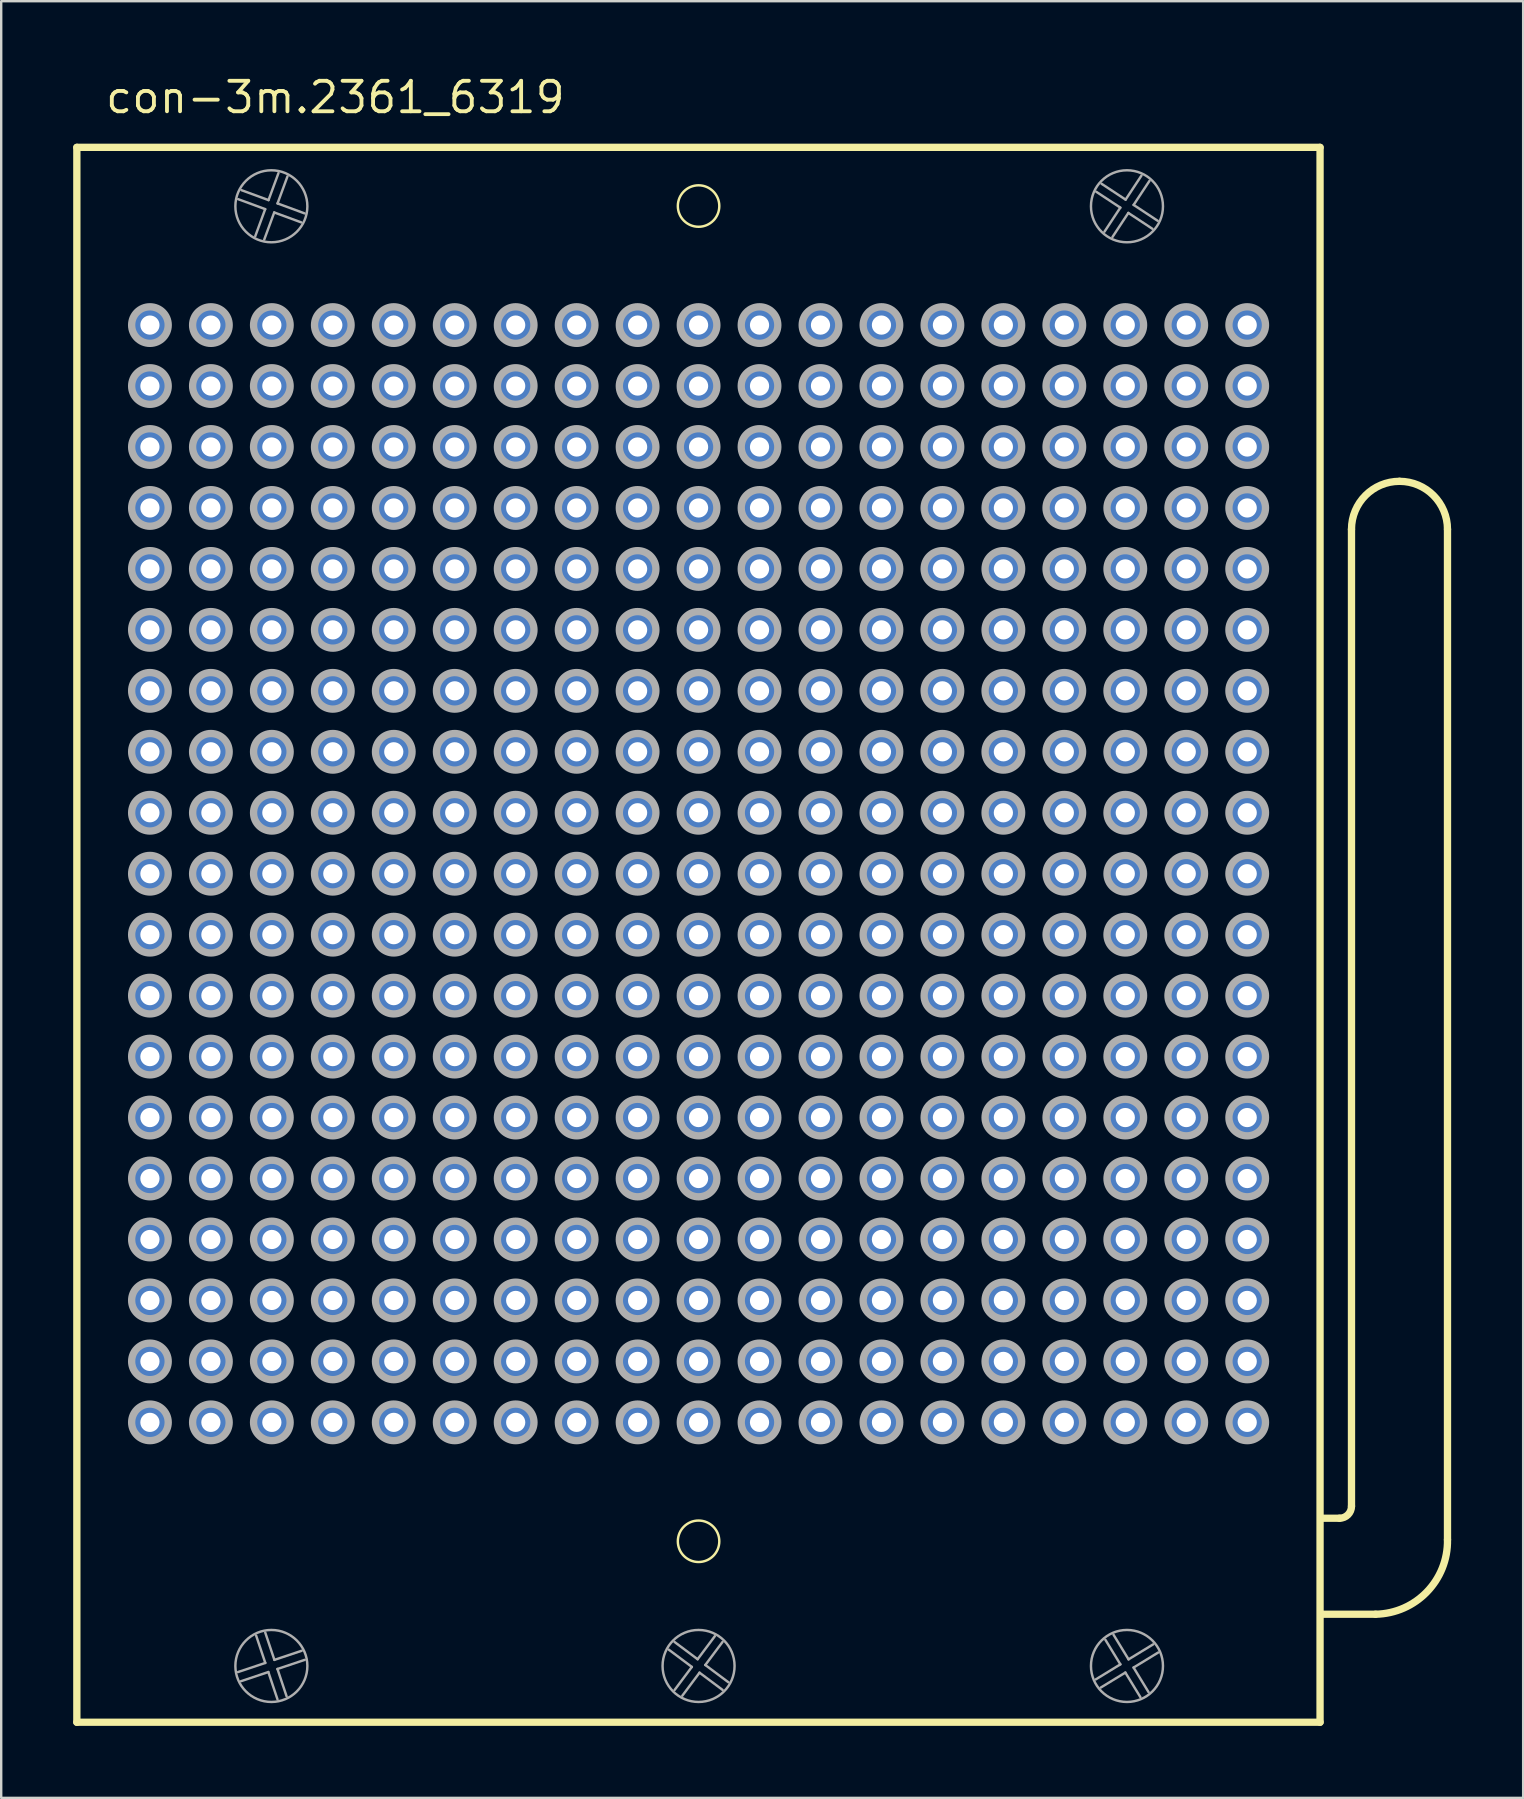
<source format=kicad_pcb>
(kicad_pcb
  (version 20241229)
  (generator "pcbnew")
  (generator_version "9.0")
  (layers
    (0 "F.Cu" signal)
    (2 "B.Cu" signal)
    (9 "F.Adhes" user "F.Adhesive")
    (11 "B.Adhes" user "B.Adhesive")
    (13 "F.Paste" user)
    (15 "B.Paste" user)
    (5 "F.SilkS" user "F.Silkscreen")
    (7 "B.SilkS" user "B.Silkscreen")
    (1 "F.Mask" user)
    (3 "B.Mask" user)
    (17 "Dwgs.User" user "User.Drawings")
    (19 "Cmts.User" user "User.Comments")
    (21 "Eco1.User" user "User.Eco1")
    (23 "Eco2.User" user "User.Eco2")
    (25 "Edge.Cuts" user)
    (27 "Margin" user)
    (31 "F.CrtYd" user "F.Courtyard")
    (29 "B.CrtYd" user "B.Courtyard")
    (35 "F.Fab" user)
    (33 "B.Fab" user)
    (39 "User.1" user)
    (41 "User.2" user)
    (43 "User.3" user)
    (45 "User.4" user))
  (footprint "con-3m.2361_6319"
    (layer "F.Cu")
    (at 26.057 33.355)
    (property "Reference" "con-3m.2361_6319" (at -24.795 -31.605 0) (layer "F.SilkS") (effects (font (size 1.27 1.27) (thickness 0.16)) (justify left bottom)))
    (attr through_hole)
    (fp_line (start -25.905 -30.265) (end 25.895 -30.265) (stroke (width 0.305) (type default)) (layer "F.SilkS"))
    (fp_line (start -25.905 35.355) (end -25.905 -30.265) (stroke (width 0.305) (type default)) (layer "F.SilkS"))
    (fp_line (start 25.895 -30.265) (end 25.895 35.355) (stroke (width 0.305) (type default)) (layer "F.SilkS"))
    (fp_line (start 25.895 35.355) (end -25.905 35.355) (stroke (width 0.305) (type default)) (layer "F.SilkS"))
    (fp_line (start 26.705 26.855) (end 25.941 26.855) (stroke (width 0.305) (type default)) (layer "F.SilkS"))
    (fp_line (start 27.205 26.355) (end 27.205 -14.35) (stroke (width 0.305) (type default)) (layer "F.SilkS"))
    (fp_line (start 28.205 30.855) (end 25.941 30.855) (stroke (width 0.305) (type default)) (layer "F.SilkS"))
    (fp_line (start 31.205 -14.35) (end 31.205 27.75) (stroke (width 0.305) (type default)) (layer "F.SilkS"))
    (fp_arc (start 27.205 -14.35) (mid 27.790786 -15.764214) (end 29.205 -16.35) (stroke (width 0.3048) (type default)) (layer "F.SilkS"))
    (fp_arc (start 27.205 26.355) (mid 27.058553 26.708553) (end 26.705 26.855) (stroke (width 0.3048) (type default)) (layer "F.SilkS"))
    (fp_arc (start 29.205 -16.35) (mid 30.619214 -15.764214) (end 31.205 -14.35) (stroke (width 0.3048) (type default)) (layer "F.SilkS"))
    (fp_arc (start 31.205 27.75) (mid 30.348067 29.92382) (end 28.205 30.855) (stroke (width 0.3048) (type default)) (layer "F.SilkS"))
    (fp_circle (center 0 -27.82) (end 0.864 -27.82) (stroke (width 0.102) (type default)) (fill no) (layer "F.SilkS"))
    (fp_circle (center 0 27.815) (end 0.864 27.815) (stroke (width 0.102) (type default)) (fill no) (layer "F.SilkS"))
    (fp_line (start -19.191 33.264) (end -18.053 32.884) (stroke (width 0.102) (type default)) (layer "F.Fab"))
    (fp_line (start -19.045 -28.481) (end -17.919 -28.067) (stroke (width 0.102) (type default)) (layer "F.Fab"))
    (fp_line (start -18.471 -26.565) (end -18.057 -27.691) (stroke (width 0.102) (type default)) (layer "F.Fab"))
    (fp_line (start -18.057 -27.691) (end -19.183 -28.106) (stroke (width 0.102) (type default)) (layer "F.Fab"))
    (fp_line (start -18.055 31.619) (end -17.674 32.757) (stroke (width 0.102) (type default)) (layer "F.Fab"))
    (fp_line (start -18.053 32.884) (end -18.434 31.746) (stroke (width 0.102) (type default)) (layer "F.Fab"))
    (fp_line (start -17.926 33.263) (end -19.064 33.644) (stroke (width 0.102) (type default)) (layer "F.Fab"))
    (fp_line (start -17.919 -28.067) (end -17.504 -29.193) (stroke (width 0.102) (type default)) (layer "F.Fab"))
    (fp_line (start -17.681 -27.553) (end -18.096 -26.427) (stroke (width 0.102) (type default)) (layer "F.Fab"))
    (fp_line (start -17.674 32.757) (end -16.536 32.376) (stroke (width 0.102) (type default)) (layer "F.Fab"))
    (fp_line (start -17.547 33.136) (end -17.166 34.274) (stroke (width 0.102) (type default)) (layer "F.Fab"))
    (fp_line (start -17.545 34.401) (end -17.926 33.263) (stroke (width 0.102) (type default)) (layer "F.Fab"))
    (fp_line (start -17.543 -27.929) (end -16.417 -27.514) (stroke (width 0.102) (type default)) (layer "F.Fab"))
    (fp_line (start -17.129 -29.055) (end -17.543 -27.929) (stroke (width 0.102) (type default)) (layer "F.Fab"))
    (fp_line (start -16.555 -27.139) (end -17.681 -27.553) (stroke (width 0.102) (type default)) (layer "F.Fab"))
    (fp_line (start -16.409 32.755) (end -17.547 33.136) (stroke (width 0.102) (type default)) (layer "F.Fab"))
    (fp_line (start -1.001 32.011) (end -0.04 32.73) (stroke (width 0.102) (type default)) (layer "F.Fab"))
    (fp_line (start -0.999 34.011) (end -0.28 33.05) (stroke (width 0.102) (type default)) (layer "F.Fab"))
    (fp_line (start -0.28 33.05) (end -1.241 32.331) (stroke (width 0.102) (type default)) (layer "F.Fab"))
    (fp_line (start -0.04 32.73) (end 0.678 31.769) (stroke (width 0.102) (type default)) (layer "F.Fab"))
    (fp_line (start 0.04 33.29) (end -0.678 34.251) (stroke (width 0.102) (type default)) (layer "F.Fab"))
    (fp_line (start 0.28 32.97) (end 1.241 33.688) (stroke (width 0.102) (type default)) (layer "F.Fab"))
    (fp_line (start 0.999 32.009) (end 0.28 32.97) (stroke (width 0.102) (type default)) (layer "F.Fab"))
    (fp_line (start 1.001 34.009) (end 0.04 33.29) (stroke (width 0.102) (type default)) (layer "F.Fab"))
    (fp_line (start 16.551 33.569) (end 17.575 32.943) (stroke (width 0.102) (type default)) (layer "F.Fab"))
    (fp_line (start 16.791 -28.748) (end 17.793 -28.087) (stroke (width 0.102) (type default)) (layer "F.Fab"))
    (fp_line (start 16.912 -26.751) (end 17.573 -27.753) (stroke (width 0.102) (type default)) (layer "F.Fab"))
    (fp_line (start 17.291 31.711) (end 17.916 32.735) (stroke (width 0.102) (type default)) (layer "F.Fab"))
    (fp_line (start 17.573 -27.753) (end 16.571 -28.414) (stroke (width 0.102) (type default)) (layer "F.Fab"))
    (fp_line (start 17.575 32.943) (end 16.95 31.919) (stroke (width 0.102) (type default)) (layer "F.Fab"))
    (fp_line (start 17.783 33.285) (end 16.759 33.91) (stroke (width 0.102) (type default)) (layer "F.Fab"))
    (fp_line (start 17.793 -28.087) (end 18.454 -29.089) (stroke (width 0.102) (type default)) (layer "F.Fab"))
    (fp_line (start 17.907 -27.533) (end 17.246 -26.531) (stroke (width 0.102) (type default)) (layer "F.Fab"))
    (fp_line (start 17.916 32.735) (end 18.941 32.11) (stroke (width 0.102) (type default)) (layer "F.Fab"))
    (fp_line (start 18.125 33.076) (end 18.75 34.101) (stroke (width 0.102) (type default)) (layer "F.Fab"))
    (fp_line (start 18.127 -27.867) (end 19.129 -27.206) (stroke (width 0.102) (type default)) (layer "F.Fab"))
    (fp_line (start 18.409 34.309) (end 17.783 33.285) (stroke (width 0.102) (type default)) (layer "F.Fab"))
    (fp_line (start 18.788 -28.869) (end 18.127 -27.867) (stroke (width 0.102) (type default)) (layer "F.Fab"))
    (fp_line (start 18.909 -26.872) (end 17.907 -27.533) (stroke (width 0.102) (type default)) (layer "F.Fab"))
    (fp_line (start 19.149 32.451) (end 18.125 33.076) (stroke (width 0.102) (type default)) (layer "F.Fab"))
    (fp_circle (center -22.86 -22.86) (end -22.098 -22.86) (stroke (width 0.305) (type default)) (fill no) (layer "F.Fab"))
    (fp_circle (center -22.86 -20.32) (end -22.098 -20.32) (stroke (width 0.305) (type default)) (fill no) (layer "F.Fab"))
    (fp_circle (center -22.86 -17.78) (end -22.098 -17.78) (stroke (width 0.305) (type default)) (fill no) (layer "F.Fab"))
    (fp_circle (center -22.86 -15.24) (end -22.098 -15.24) (stroke (width 0.305) (type default)) (fill no) (layer "F.Fab"))
    (fp_circle (center -22.86 -12.7) (end -22.098 -12.7) (stroke (width 0.305) (type default)) (fill no) (layer "F.Fab"))
    (fp_circle (center -22.86 -10.16) (end -22.098 -10.16) (stroke (width 0.305) (type default)) (fill no) (layer "F.Fab"))
    (fp_circle (center -22.86 -7.62) (end -22.098 -7.62) (stroke (width 0.305) (type default)) (fill no) (layer "F.Fab"))
    (fp_circle (center -22.86 -5.08) (end -22.098 -5.08) (stroke (width 0.305) (type default)) (fill no) (layer "F.Fab"))
    (fp_circle (center -22.86 -2.54) (end -22.098 -2.54) (stroke (width 0.305) (type default)) (fill no) (layer "F.Fab"))
    (fp_circle (center -22.86 0) (end -22.098 0) (stroke (width 0.305) (type default)) (fill no) (layer "F.Fab"))
    (fp_circle (center -22.86 2.54) (end -22.098 2.54) (stroke (width 0.305) (type default)) (fill no) (layer "F.Fab"))
    (fp_circle (center -22.86 5.08) (end -22.098 5.08) (stroke (width 0.305) (type default)) (fill no) (layer "F.Fab"))
    (fp_circle (center -22.86 7.62) (end -22.098 7.62) (stroke (width 0.305) (type default)) (fill no) (layer "F.Fab"))
    (fp_circle (center -22.86 10.16) (end -22.098 10.16) (stroke (width 0.305) (type default)) (fill no) (layer "F.Fab"))
    (fp_circle (center -22.86 12.7) (end -22.098 12.7) (stroke (width 0.305) (type default)) (fill no) (layer "F.Fab"))
    (fp_circle (center -22.86 15.24) (end -22.098 15.24) (stroke (width 0.305) (type default)) (fill no) (layer "F.Fab"))
    (fp_circle (center -22.86 17.78) (end -22.098 17.78) (stroke (width 0.305) (type default)) (fill no) (layer "F.Fab"))
    (fp_circle (center -22.86 20.32) (end -22.098 20.32) (stroke (width 0.305) (type default)) (fill no) (layer "F.Fab"))
    (fp_circle (center -22.86 22.86) (end -22.098 22.86) (stroke (width 0.305) (type default)) (fill no) (layer "F.Fab"))
    (fp_circle (center -20.32 -22.86) (end -19.558 -22.86) (stroke (width 0.305) (type default)) (fill no) (layer "F.Fab"))
    (fp_circle (center -20.32 -20.32) (end -19.558 -20.32) (stroke (width 0.305) (type default)) (fill no) (layer "F.Fab"))
    (fp_circle (center -20.32 -17.78) (end -19.558 -17.78) (stroke (width 0.305) (type default)) (fill no) (layer "F.Fab"))
    (fp_circle (center -20.32 -15.24) (end -19.558 -15.24) (stroke (width 0.305) (type default)) (fill no) (layer "F.Fab"))
    (fp_circle (center -20.32 -12.7) (end -19.558 -12.7) (stroke (width 0.305) (type default)) (fill no) (layer "F.Fab"))
    (fp_circle (center -20.32 -10.16) (end -19.558 -10.16) (stroke (width 0.305) (type default)) (fill no) (layer "F.Fab"))
    (fp_circle (center -20.32 -7.62) (end -19.558 -7.62) (stroke (width 0.305) (type default)) (fill no) (layer "F.Fab"))
    (fp_circle (center -20.32 -5.08) (end -19.558 -5.08) (stroke (width 0.305) (type default)) (fill no) (layer "F.Fab"))
    (fp_circle (center -20.32 -2.54) (end -19.558 -2.54) (stroke (width 0.305) (type default)) (fill no) (layer "F.Fab"))
    (fp_circle (center -20.32 0) (end -19.558 0) (stroke (width 0.305) (type default)) (fill no) (layer "F.Fab"))
    (fp_circle (center -20.32 2.54) (end -19.558 2.54) (stroke (width 0.305) (type default)) (fill no) (layer "F.Fab"))
    (fp_circle (center -20.32 5.08) (end -19.558 5.08) (stroke (width 0.305) (type default)) (fill no) (layer "F.Fab"))
    (fp_circle (center -20.32 7.62) (end -19.558 7.62) (stroke (width 0.305) (type default)) (fill no) (layer "F.Fab"))
    (fp_circle (center -20.32 10.16) (end -19.558 10.16) (stroke (width 0.305) (type default)) (fill no) (layer "F.Fab"))
    (fp_circle (center -20.32 12.7) (end -19.558 12.7) (stroke (width 0.305) (type default)) (fill no) (layer "F.Fab"))
    (fp_circle (center -20.32 15.24) (end -19.558 15.24) (stroke (width 0.305) (type default)) (fill no) (layer "F.Fab"))
    (fp_circle (center -20.32 17.78) (end -19.558 17.78) (stroke (width 0.305) (type default)) (fill no) (layer "F.Fab"))
    (fp_circle (center -20.32 20.32) (end -19.558 20.32) (stroke (width 0.305) (type default)) (fill no) (layer "F.Fab"))
    (fp_circle (center -20.32 22.86) (end -19.558 22.86) (stroke (width 0.305) (type default)) (fill no) (layer "F.Fab"))
    (fp_circle (center -17.8 -27.81) (end -16.3 -27.81) (stroke (width 0.102) (type default)) (fill no) (layer "F.Fab"))
    (fp_circle (center -17.8 33.01) (end -16.3 33.01) (stroke (width 0.102) (type default)) (fill no) (layer "F.Fab"))
    (fp_circle (center -17.78 -22.86) (end -17.018 -22.86) (stroke (width 0.305) (type default)) (fill no) (layer "F.Fab"))
    (fp_circle (center -17.78 -20.32) (end -17.018 -20.32) (stroke (width 0.305) (type default)) (fill no) (layer "F.Fab"))
    (fp_circle (center -17.78 -17.78) (end -17.018 -17.78) (stroke (width 0.305) (type default)) (fill no) (layer "F.Fab"))
    (fp_circle (center -17.78 -15.24) (end -17.018 -15.24) (stroke (width 0.305) (type default)) (fill no) (layer "F.Fab"))
    (fp_circle (center -17.78 -12.7) (end -17.018 -12.7) (stroke (width 0.305) (type default)) (fill no) (layer "F.Fab"))
    (fp_circle (center -17.78 -10.16) (end -17.018 -10.16) (stroke (width 0.305) (type default)) (fill no) (layer "F.Fab"))
    (fp_circle (center -17.78 -7.62) (end -17.018 -7.62) (stroke (width 0.305) (type default)) (fill no) (layer "F.Fab"))
    (fp_circle (center -17.78 -5.08) (end -17.018 -5.08) (stroke (width 0.305) (type default)) (fill no) (layer "F.Fab"))
    (fp_circle (center -17.78 -2.54) (end -17.018 -2.54) (stroke (width 0.305) (type default)) (fill no) (layer "F.Fab"))
    (fp_circle (center -17.78 0) (end -17.018 0) (stroke (width 0.305) (type default)) (fill no) (layer "F.Fab"))
    (fp_circle (center -17.78 2.54) (end -17.018 2.54) (stroke (width 0.305) (type default)) (fill no) (layer "F.Fab"))
    (fp_circle (center -17.78 5.08) (end -17.018 5.08) (stroke (width 0.305) (type default)) (fill no) (layer "F.Fab"))
    (fp_circle (center -17.78 7.62) (end -17.018 7.62) (stroke (width 0.305) (type default)) (fill no) (layer "F.Fab"))
    (fp_circle (center -17.78 10.16) (end -17.018 10.16) (stroke (width 0.305) (type default)) (fill no) (layer "F.Fab"))
    (fp_circle (center -17.78 12.7) (end -17.018 12.7) (stroke (width 0.305) (type default)) (fill no) (layer "F.Fab"))
    (fp_circle (center -17.78 15.24) (end -17.018 15.24) (stroke (width 0.305) (type default)) (fill no) (layer "F.Fab"))
    (fp_circle (center -17.78 17.78) (end -17.018 17.78) (stroke (width 0.305) (type default)) (fill no) (layer "F.Fab"))
    (fp_circle (center -17.78 20.32) (end -17.018 20.32) (stroke (width 0.305) (type default)) (fill no) (layer "F.Fab"))
    (fp_circle (center -17.78 22.86) (end -17.018 22.86) (stroke (width 0.305) (type default)) (fill no) (layer "F.Fab"))
    (fp_circle (center -15.24 -22.86) (end -14.478 -22.86) (stroke (width 0.305) (type default)) (fill no) (layer "F.Fab"))
    (fp_circle (center -15.24 -20.32) (end -14.478 -20.32) (stroke (width 0.305) (type default)) (fill no) (layer "F.Fab"))
    (fp_circle (center -15.24 -17.78) (end -14.478 -17.78) (stroke (width 0.305) (type default)) (fill no) (layer "F.Fab"))
    (fp_circle (center -15.24 -15.24) (end -14.478 -15.24) (stroke (width 0.305) (type default)) (fill no) (layer "F.Fab"))
    (fp_circle (center -15.24 -12.7) (end -14.478 -12.7) (stroke (width 0.305) (type default)) (fill no) (layer "F.Fab"))
    (fp_circle (center -15.24 -10.16) (end -14.478 -10.16) (stroke (width 0.305) (type default)) (fill no) (layer "F.Fab"))
    (fp_circle (center -15.24 -7.62) (end -14.478 -7.62) (stroke (width 0.305) (type default)) (fill no) (layer "F.Fab"))
    (fp_circle (center -15.24 -5.08) (end -14.478 -5.08) (stroke (width 0.305) (type default)) (fill no) (layer "F.Fab"))
    (fp_circle (center -15.24 -2.54) (end -14.478 -2.54) (stroke (width 0.305) (type default)) (fill no) (layer "F.Fab"))
    (fp_circle (center -15.24 0) (end -14.478 0) (stroke (width 0.305) (type default)) (fill no) (layer "F.Fab"))
    (fp_circle (center -15.24 2.54) (end -14.478 2.54) (stroke (width 0.305) (type default)) (fill no) (layer "F.Fab"))
    (fp_circle (center -15.24 5.08) (end -14.478 5.08) (stroke (width 0.305) (type default)) (fill no) (layer "F.Fab"))
    (fp_circle (center -15.24 7.62) (end -14.478 7.62) (stroke (width 0.305) (type default)) (fill no) (layer "F.Fab"))
    (fp_circle (center -15.24 10.16) (end -14.478 10.16) (stroke (width 0.305) (type default)) (fill no) (layer "F.Fab"))
    (fp_circle (center -15.24 12.7) (end -14.478 12.7) (stroke (width 0.305) (type default)) (fill no) (layer "F.Fab"))
    (fp_circle (center -15.24 15.24) (end -14.478 15.24) (stroke (width 0.305) (type default)) (fill no) (layer "F.Fab"))
    (fp_circle (center -15.24 17.78) (end -14.478 17.78) (stroke (width 0.305) (type default)) (fill no) (layer "F.Fab"))
    (fp_circle (center -15.24 20.32) (end -14.478 20.32) (stroke (width 0.305) (type default)) (fill no) (layer "F.Fab"))
    (fp_circle (center -15.24 22.86) (end -14.478 22.86) (stroke (width 0.305) (type default)) (fill no) (layer "F.Fab"))
    (fp_circle (center -12.7 -22.86) (end -11.938 -22.86) (stroke (width 0.305) (type default)) (fill no) (layer "F.Fab"))
    (fp_circle (center -12.7 -20.32) (end -11.938 -20.32) (stroke (width 0.305) (type default)) (fill no) (layer "F.Fab"))
    (fp_circle (center -12.7 -17.78) (end -11.938 -17.78) (stroke (width 0.305) (type default)) (fill no) (layer "F.Fab"))
    (fp_circle (center -12.7 -15.24) (end -11.938 -15.24) (stroke (width 0.305) (type default)) (fill no) (layer "F.Fab"))
    (fp_circle (center -12.7 -12.7) (end -11.938 -12.7) (stroke (width 0.305) (type default)) (fill no) (layer "F.Fab"))
    (fp_circle (center -12.7 -10.16) (end -11.938 -10.16) (stroke (width 0.305) (type default)) (fill no) (layer "F.Fab"))
    (fp_circle (center -12.7 -7.62) (end -11.938 -7.62) (stroke (width 0.305) (type default)) (fill no) (layer "F.Fab"))
    (fp_circle (center -12.7 -5.08) (end -11.938 -5.08) (stroke (width 0.305) (type default)) (fill no) (layer "F.Fab"))
    (fp_circle (center -12.7 -2.54) (end -11.938 -2.54) (stroke (width 0.305) (type default)) (fill no) (layer "F.Fab"))
    (fp_circle (center -12.7 0) (end -11.938 0) (stroke (width 0.305) (type default)) (fill no) (layer "F.Fab"))
    (fp_circle (center -12.7 2.54) (end -11.938 2.54) (stroke (width 0.305) (type default)) (fill no) (layer "F.Fab"))
    (fp_circle (center -12.7 5.08) (end -11.938 5.08) (stroke (width 0.305) (type default)) (fill no) (layer "F.Fab"))
    (fp_circle (center -12.7 7.62) (end -11.938 7.62) (stroke (width 0.305) (type default)) (fill no) (layer "F.Fab"))
    (fp_circle (center -12.7 10.16) (end -11.938 10.16) (stroke (width 0.305) (type default)) (fill no) (layer "F.Fab"))
    (fp_circle (center -12.7 12.7) (end -11.938 12.7) (stroke (width 0.305) (type default)) (fill no) (layer "F.Fab"))
    (fp_circle (center -12.7 15.24) (end -11.938 15.24) (stroke (width 0.305) (type default)) (fill no) (layer "F.Fab"))
    (fp_circle (center -12.7 17.78) (end -11.938 17.78) (stroke (width 0.305) (type default)) (fill no) (layer "F.Fab"))
    (fp_circle (center -12.7 20.32) (end -11.938 20.32) (stroke (width 0.305) (type default)) (fill no) (layer "F.Fab"))
    (fp_circle (center -12.7 22.86) (end -11.938 22.86) (stroke (width 0.305) (type default)) (fill no) (layer "F.Fab"))
    (fp_circle (center -10.16 -22.86) (end -9.398 -22.86) (stroke (width 0.305) (type default)) (fill no) (layer "F.Fab"))
    (fp_circle (center -10.16 -20.32) (end -9.398 -20.32) (stroke (width 0.305) (type default)) (fill no) (layer "F.Fab"))
    (fp_circle (center -10.16 -17.78) (end -9.398 -17.78) (stroke (width 0.305) (type default)) (fill no) (layer "F.Fab"))
    (fp_circle (center -10.16 -15.24) (end -9.398 -15.24) (stroke (width 0.305) (type default)) (fill no) (layer "F.Fab"))
    (fp_circle (center -10.16 -12.7) (end -9.398 -12.7) (stroke (width 0.305) (type default)) (fill no) (layer "F.Fab"))
    (fp_circle (center -10.16 -10.16) (end -9.398 -10.16) (stroke (width 0.305) (type default)) (fill no) (layer "F.Fab"))
    (fp_circle (center -10.16 -7.62) (end -9.398 -7.62) (stroke (width 0.305) (type default)) (fill no) (layer "F.Fab"))
    (fp_circle (center -10.16 -5.08) (end -9.398 -5.08) (stroke (width 0.305) (type default)) (fill no) (layer "F.Fab"))
    (fp_circle (center -10.16 -2.54) (end -9.398 -2.54) (stroke (width 0.305) (type default)) (fill no) (layer "F.Fab"))
    (fp_circle (center -10.16 0) (end -9.398 0) (stroke (width 0.305) (type default)) (fill no) (layer "F.Fab"))
    (fp_circle (center -10.16 2.54) (end -9.398 2.54) (stroke (width 0.305) (type default)) (fill no) (layer "F.Fab"))
    (fp_circle (center -10.16 5.08) (end -9.398 5.08) (stroke (width 0.305) (type default)) (fill no) (layer "F.Fab"))
    (fp_circle (center -10.16 7.62) (end -9.398 7.62) (stroke (width 0.305) (type default)) (fill no) (layer "F.Fab"))
    (fp_circle (center -10.16 10.16) (end -9.398 10.16) (stroke (width 0.305) (type default)) (fill no) (layer "F.Fab"))
    (fp_circle (center -10.16 12.7) (end -9.398 12.7) (stroke (width 0.305) (type default)) (fill no) (layer "F.Fab"))
    (fp_circle (center -10.16 15.24) (end -9.398 15.24) (stroke (width 0.305) (type default)) (fill no) (layer "F.Fab"))
    (fp_circle (center -10.16 17.78) (end -9.398 17.78) (stroke (width 0.305) (type default)) (fill no) (layer "F.Fab"))
    (fp_circle (center -10.16 20.32) (end -9.398 20.32) (stroke (width 0.305) (type default)) (fill no) (layer "F.Fab"))
    (fp_circle (center -10.16 22.86) (end -9.398 22.86) (stroke (width 0.305) (type default)) (fill no) (layer "F.Fab"))
    (fp_circle (center -7.62 -22.86) (end -6.858 -22.86) (stroke (width 0.305) (type default)) (fill no) (layer "F.Fab"))
    (fp_circle (center -7.62 -20.32) (end -6.858 -20.32) (stroke (width 0.305) (type default)) (fill no) (layer "F.Fab"))
    (fp_circle (center -7.62 -17.78) (end -6.858 -17.78) (stroke (width 0.305) (type default)) (fill no) (layer "F.Fab"))
    (fp_circle (center -7.62 -15.24) (end -6.858 -15.24) (stroke (width 0.305) (type default)) (fill no) (layer "F.Fab"))
    (fp_circle (center -7.62 -12.7) (end -6.858 -12.7) (stroke (width 0.305) (type default)) (fill no) (layer "F.Fab"))
    (fp_circle (center -7.62 -10.16) (end -6.858 -10.16) (stroke (width 0.305) (type default)) (fill no) (layer "F.Fab"))
    (fp_circle (center -7.62 -7.62) (end -6.858 -7.62) (stroke (width 0.305) (type default)) (fill no) (layer "F.Fab"))
    (fp_circle (center -7.62 -5.08) (end -6.858 -5.08) (stroke (width 0.305) (type default)) (fill no) (layer "F.Fab"))
    (fp_circle (center -7.62 -2.54) (end -6.858 -2.54) (stroke (width 0.305) (type default)) (fill no) (layer "F.Fab"))
    (fp_circle (center -7.62 0) (end -6.858 0) (stroke (width 0.305) (type default)) (fill no) (layer "F.Fab"))
    (fp_circle (center -7.62 2.54) (end -6.858 2.54) (stroke (width 0.305) (type default)) (fill no) (layer "F.Fab"))
    (fp_circle (center -7.62 5.08) (end -6.858 5.08) (stroke (width 0.305) (type default)) (fill no) (layer "F.Fab"))
    (fp_circle (center -7.62 7.62) (end -6.858 7.62) (stroke (width 0.305) (type default)) (fill no) (layer "F.Fab"))
    (fp_circle (center -7.62 10.16) (end -6.858 10.16) (stroke (width 0.305) (type default)) (fill no) (layer "F.Fab"))
    (fp_circle (center -7.62 12.7) (end -6.858 12.7) (stroke (width 0.305) (type default)) (fill no) (layer "F.Fab"))
    (fp_circle (center -7.62 15.24) (end -6.858 15.24) (stroke (width 0.305) (type default)) (fill no) (layer "F.Fab"))
    (fp_circle (center -7.62 17.78) (end -6.858 17.78) (stroke (width 0.305) (type default)) (fill no) (layer "F.Fab"))
    (fp_circle (center -7.62 20.32) (end -6.858 20.32) (stroke (width 0.305) (type default)) (fill no) (layer "F.Fab"))
    (fp_circle (center -7.62 22.86) (end -6.858 22.86) (stroke (width 0.305) (type default)) (fill no) (layer "F.Fab"))
    (fp_circle (center -5.08 -22.86) (end -4.318 -22.86) (stroke (width 0.305) (type default)) (fill no) (layer "F.Fab"))
    (fp_circle (center -5.08 -20.32) (end -4.318 -20.32) (stroke (width 0.305) (type default)) (fill no) (layer "F.Fab"))
    (fp_circle (center -5.08 -17.78) (end -4.318 -17.78) (stroke (width 0.305) (type default)) (fill no) (layer "F.Fab"))
    (fp_circle (center -5.08 -15.24) (end -4.318 -15.24) (stroke (width 0.305) (type default)) (fill no) (layer "F.Fab"))
    (fp_circle (center -5.08 -12.7) (end -4.318 -12.7) (stroke (width 0.305) (type default)) (fill no) (layer "F.Fab"))
    (fp_circle (center -5.08 -10.16) (end -4.318 -10.16) (stroke (width 0.305) (type default)) (fill no) (layer "F.Fab"))
    (fp_circle (center -5.08 -7.62) (end -4.318 -7.62) (stroke (width 0.305) (type default)) (fill no) (layer "F.Fab"))
    (fp_circle (center -5.08 -5.08) (end -4.318 -5.08) (stroke (width 0.305) (type default)) (fill no) (layer "F.Fab"))
    (fp_circle (center -5.08 -2.54) (end -4.318 -2.54) (stroke (width 0.305) (type default)) (fill no) (layer "F.Fab"))
    (fp_circle (center -5.08 0) (end -4.318 0) (stroke (width 0.305) (type default)) (fill no) (layer "F.Fab"))
    (fp_circle (center -5.08 2.54) (end -4.318 2.54) (stroke (width 0.305) (type default)) (fill no) (layer "F.Fab"))
    (fp_circle (center -5.08 5.08) (end -4.318 5.08) (stroke (width 0.305) (type default)) (fill no) (layer "F.Fab"))
    (fp_circle (center -5.08 7.62) (end -4.318 7.62) (stroke (width 0.305) (type default)) (fill no) (layer "F.Fab"))
    (fp_circle (center -5.08 10.16) (end -4.318 10.16) (stroke (width 0.305) (type default)) (fill no) (layer "F.Fab"))
    (fp_circle (center -5.08 12.7) (end -4.318 12.7) (stroke (width 0.305) (type default)) (fill no) (layer "F.Fab"))
    (fp_circle (center -5.08 15.24) (end -4.318 15.24) (stroke (width 0.305) (type default)) (fill no) (layer "F.Fab"))
    (fp_circle (center -5.08 17.78) (end -4.318 17.78) (stroke (width 0.305) (type default)) (fill no) (layer "F.Fab"))
    (fp_circle (center -5.08 20.32) (end -4.318 20.32) (stroke (width 0.305) (type default)) (fill no) (layer "F.Fab"))
    (fp_circle (center -5.08 22.86) (end -4.318 22.86) (stroke (width 0.305) (type default)) (fill no) (layer "F.Fab"))
    (fp_circle (center -2.54 -22.86) (end -1.778 -22.86) (stroke (width 0.305) (type default)) (fill no) (layer "F.Fab"))
    (fp_circle (center -2.54 -20.32) (end -1.778 -20.32) (stroke (width 0.305) (type default)) (fill no) (layer "F.Fab"))
    (fp_circle (center -2.54 -17.78) (end -1.778 -17.78) (stroke (width 0.305) (type default)) (fill no) (layer "F.Fab"))
    (fp_circle (center -2.54 -15.24) (end -1.778 -15.24) (stroke (width 0.305) (type default)) (fill no) (layer "F.Fab"))
    (fp_circle (center -2.54 -12.7) (end -1.778 -12.7) (stroke (width 0.305) (type default)) (fill no) (layer "F.Fab"))
    (fp_circle (center -2.54 -10.16) (end -1.778 -10.16) (stroke (width 0.305) (type default)) (fill no) (layer "F.Fab"))
    (fp_circle (center -2.54 -7.62) (end -1.778 -7.62) (stroke (width 0.305) (type default)) (fill no) (layer "F.Fab"))
    (fp_circle (center -2.54 -5.08) (end -1.778 -5.08) (stroke (width 0.305) (type default)) (fill no) (layer "F.Fab"))
    (fp_circle (center -2.54 -2.54) (end -1.778 -2.54) (stroke (width 0.305) (type default)) (fill no) (layer "F.Fab"))
    (fp_circle (center -2.54 0) (end -1.778 0) (stroke (width 0.305) (type default)) (fill no) (layer "F.Fab"))
    (fp_circle (center -2.54 2.54) (end -1.778 2.54) (stroke (width 0.305) (type default)) (fill no) (layer "F.Fab"))
    (fp_circle (center -2.54 5.08) (end -1.778 5.08) (stroke (width 0.305) (type default)) (fill no) (layer "F.Fab"))
    (fp_circle (center -2.54 7.62) (end -1.778 7.62) (stroke (width 0.305) (type default)) (fill no) (layer "F.Fab"))
    (fp_circle (center -2.54 10.16) (end -1.778 10.16) (stroke (width 0.305) (type default)) (fill no) (layer "F.Fab"))
    (fp_circle (center -2.54 12.7) (end -1.778 12.7) (stroke (width 0.305) (type default)) (fill no) (layer "F.Fab"))
    (fp_circle (center -2.54 15.24) (end -1.778 15.24) (stroke (width 0.305) (type default)) (fill no) (layer "F.Fab"))
    (fp_circle (center -2.54 17.78) (end -1.778 17.78) (stroke (width 0.305) (type default)) (fill no) (layer "F.Fab"))
    (fp_circle (center -2.54 20.32) (end -1.778 20.32) (stroke (width 0.305) (type default)) (fill no) (layer "F.Fab"))
    (fp_circle (center -2.54 22.86) (end -1.778 22.86) (stroke (width 0.305) (type default)) (fill no) (layer "F.Fab"))
    (fp_circle (center 0 -22.86) (end 0.762 -22.86) (stroke (width 0.305) (type default)) (fill no) (layer "F.Fab"))
    (fp_circle (center 0 -20.32) (end 0.762 -20.32) (stroke (width 0.305) (type default)) (fill no) (layer "F.Fab"))
    (fp_circle (center 0 -17.78) (end 0.762 -17.78) (stroke (width 0.305) (type default)) (fill no) (layer "F.Fab"))
    (fp_circle (center 0 -15.24) (end 0.762 -15.24) (stroke (width 0.305) (type default)) (fill no) (layer "F.Fab"))
    (fp_circle (center 0 -12.7) (end 0.762 -12.7) (stroke (width 0.305) (type default)) (fill no) (layer "F.Fab"))
    (fp_circle (center 0 -10.16) (end 0.762 -10.16) (stroke (width 0.305) (type default)) (fill no) (layer "F.Fab"))
    (fp_circle (center 0 -7.62) (end 0.762 -7.62) (stroke (width 0.305) (type default)) (fill no) (layer "F.Fab"))
    (fp_circle (center 0 -5.08) (end 0.762 -5.08) (stroke (width 0.305) (type default)) (fill no) (layer "F.Fab"))
    (fp_circle (center 0 -2.54) (end 0.762 -2.54) (stroke (width 0.305) (type default)) (fill no) (layer "F.Fab"))
    (fp_circle (center 0 0) (end 0.762 0) (stroke (width 0.305) (type default)) (fill no) (layer "F.Fab"))
    (fp_circle (center 0 2.54) (end 0.762 2.54) (stroke (width 0.305) (type default)) (fill no) (layer "F.Fab"))
    (fp_circle (center 0 5.08) (end 0.762 5.08) (stroke (width 0.305) (type default)) (fill no) (layer "F.Fab"))
    (fp_circle (center 0 7.62) (end 0.762 7.62) (stroke (width 0.305) (type default)) (fill no) (layer "F.Fab"))
    (fp_circle (center 0 10.16) (end 0.762 10.16) (stroke (width 0.305) (type default)) (fill no) (layer "F.Fab"))
    (fp_circle (center 0 12.7) (end 0.762 12.7) (stroke (width 0.305) (type default)) (fill no) (layer "F.Fab"))
    (fp_circle (center 0 15.24) (end 0.762 15.24) (stroke (width 0.305) (type default)) (fill no) (layer "F.Fab"))
    (fp_circle (center 0 17.78) (end 0.762 17.78) (stroke (width 0.305) (type default)) (fill no) (layer "F.Fab"))
    (fp_circle (center 0 20.32) (end 0.762 20.32) (stroke (width 0.305) (type default)) (fill no) (layer "F.Fab"))
    (fp_circle (center 0 22.86) (end 0.762 22.86) (stroke (width 0.305) (type default)) (fill no) (layer "F.Fab"))
    (fp_circle (center 0 33.01) (end 1.5 33.01) (stroke (width 0.102) (type default)) (fill no) (layer "F.Fab"))
    (fp_circle (center 2.54 -22.86) (end 3.302 -22.86) (stroke (width 0.305) (type default)) (fill no) (layer "F.Fab"))
    (fp_circle (center 2.54 -20.32) (end 3.302 -20.32) (stroke (width 0.305) (type default)) (fill no) (layer "F.Fab"))
    (fp_circle (center 2.54 -17.78) (end 3.302 -17.78) (stroke (width 0.305) (type default)) (fill no) (layer "F.Fab"))
    (fp_circle (center 2.54 -15.24) (end 3.302 -15.24) (stroke (width 0.305) (type default)) (fill no) (layer "F.Fab"))
    (fp_circle (center 2.54 -12.7) (end 3.302 -12.7) (stroke (width 0.305) (type default)) (fill no) (layer "F.Fab"))
    (fp_circle (center 2.54 -10.16) (end 3.302 -10.16) (stroke (width 0.305) (type default)) (fill no) (layer "F.Fab"))
    (fp_circle (center 2.54 -7.62) (end 3.302 -7.62) (stroke (width 0.305) (type default)) (fill no) (layer "F.Fab"))
    (fp_circle (center 2.54 -5.08) (end 3.302 -5.08) (stroke (width 0.305) (type default)) (fill no) (layer "F.Fab"))
    (fp_circle (center 2.54 -2.54) (end 3.302 -2.54) (stroke (width 0.305) (type default)) (fill no) (layer "F.Fab"))
    (fp_circle (center 2.54 0) (end 3.302 0) (stroke (width 0.305) (type default)) (fill no) (layer "F.Fab"))
    (fp_circle (center 2.54 2.54) (end 3.302 2.54) (stroke (width 0.305) (type default)) (fill no) (layer "F.Fab"))
    (fp_circle (center 2.54 5.08) (end 3.302 5.08) (stroke (width 0.305) (type default)) (fill no) (layer "F.Fab"))
    (fp_circle (center 2.54 7.62) (end 3.302 7.62) (stroke (width 0.305) (type default)) (fill no) (layer "F.Fab"))
    (fp_circle (center 2.54 10.16) (end 3.302 10.16) (stroke (width 0.305) (type default)) (fill no) (layer "F.Fab"))
    (fp_circle (center 2.54 12.7) (end 3.302 12.7) (stroke (width 0.305) (type default)) (fill no) (layer "F.Fab"))
    (fp_circle (center 2.54 15.24) (end 3.302 15.24) (stroke (width 0.305) (type default)) (fill no) (layer "F.Fab"))
    (fp_circle (center 2.54 17.78) (end 3.302 17.78) (stroke (width 0.305) (type default)) (fill no) (layer "F.Fab"))
    (fp_circle (center 2.54 20.32) (end 3.302 20.32) (stroke (width 0.305) (type default)) (fill no) (layer "F.Fab"))
    (fp_circle (center 2.54 22.86) (end 3.302 22.86) (stroke (width 0.305) (type default)) (fill no) (layer "F.Fab"))
    (fp_circle (center 5.08 -22.86) (end 5.842 -22.86) (stroke (width 0.305) (type default)) (fill no) (layer "F.Fab"))
    (fp_circle (center 5.08 -20.32) (end 5.842 -20.32) (stroke (width 0.305) (type default)) (fill no) (layer "F.Fab"))
    (fp_circle (center 5.08 -17.78) (end 5.842 -17.78) (stroke (width 0.305) (type default)) (fill no) (layer "F.Fab"))
    (fp_circle (center 5.08 -15.24) (end 5.842 -15.24) (stroke (width 0.305) (type default)) (fill no) (layer "F.Fab"))
    (fp_circle (center 5.08 -12.7) (end 5.842 -12.7) (stroke (width 0.305) (type default)) (fill no) (layer "F.Fab"))
    (fp_circle (center 5.08 -10.16) (end 5.842 -10.16) (stroke (width 0.305) (type default)) (fill no) (layer "F.Fab"))
    (fp_circle (center 5.08 -7.62) (end 5.842 -7.62) (stroke (width 0.305) (type default)) (fill no) (layer "F.Fab"))
    (fp_circle (center 5.08 -5.08) (end 5.842 -5.08) (stroke (width 0.305) (type default)) (fill no) (layer "F.Fab"))
    (fp_circle (center 5.08 -2.54) (end 5.842 -2.54) (stroke (width 0.305) (type default)) (fill no) (layer "F.Fab"))
    (fp_circle (center 5.08 0) (end 5.842 0) (stroke (width 0.305) (type default)) (fill no) (layer "F.Fab"))
    (fp_circle (center 5.08 2.54) (end 5.842 2.54) (stroke (width 0.305) (type default)) (fill no) (layer "F.Fab"))
    (fp_circle (center 5.08 5.08) (end 5.842 5.08) (stroke (width 0.305) (type default)) (fill no) (layer "F.Fab"))
    (fp_circle (center 5.08 7.62) (end 5.842 7.62) (stroke (width 0.305) (type default)) (fill no) (layer "F.Fab"))
    (fp_circle (center 5.08 10.16) (end 5.842 10.16) (stroke (width 0.305) (type default)) (fill no) (layer "F.Fab"))
    (fp_circle (center 5.08 12.7) (end 5.842 12.7) (stroke (width 0.305) (type default)) (fill no) (layer "F.Fab"))
    (fp_circle (center 5.08 15.24) (end 5.842 15.24) (stroke (width 0.305) (type default)) (fill no) (layer "F.Fab"))
    (fp_circle (center 5.08 17.78) (end 5.842 17.78) (stroke (width 0.305) (type default)) (fill no) (layer "F.Fab"))
    (fp_circle (center 5.08 20.32) (end 5.842 20.32) (stroke (width 0.305) (type default)) (fill no) (layer "F.Fab"))
    (fp_circle (center 5.08 22.86) (end 5.842 22.86) (stroke (width 0.305) (type default)) (fill no) (layer "F.Fab"))
    (fp_circle (center 7.62 -22.86) (end 8.382 -22.86) (stroke (width 0.305) (type default)) (fill no) (layer "F.Fab"))
    (fp_circle (center 7.62 -20.32) (end 8.382 -20.32) (stroke (width 0.305) (type default)) (fill no) (layer "F.Fab"))
    (fp_circle (center 7.62 -17.78) (end 8.382 -17.78) (stroke (width 0.305) (type default)) (fill no) (layer "F.Fab"))
    (fp_circle (center 7.62 -15.24) (end 8.382 -15.24) (stroke (width 0.305) (type default)) (fill no) (layer "F.Fab"))
    (fp_circle (center 7.62 -12.7) (end 8.382 -12.7) (stroke (width 0.305) (type default)) (fill no) (layer "F.Fab"))
    (fp_circle (center 7.62 -10.16) (end 8.382 -10.16) (stroke (width 0.305) (type default)) (fill no) (layer "F.Fab"))
    (fp_circle (center 7.62 -7.62) (end 8.382 -7.62) (stroke (width 0.305) (type default)) (fill no) (layer "F.Fab"))
    (fp_circle (center 7.62 -5.08) (end 8.382 -5.08) (stroke (width 0.305) (type default)) (fill no) (layer "F.Fab"))
    (fp_circle (center 7.62 -2.54) (end 8.382 -2.54) (stroke (width 0.305) (type default)) (fill no) (layer "F.Fab"))
    (fp_circle (center 7.62 0) (end 8.382 0) (stroke (width 0.305) (type default)) (fill no) (layer "F.Fab"))
    (fp_circle (center 7.62 2.54) (end 8.382 2.54) (stroke (width 0.305) (type default)) (fill no) (layer "F.Fab"))
    (fp_circle (center 7.62 5.08) (end 8.382 5.08) (stroke (width 0.305) (type default)) (fill no) (layer "F.Fab"))
    (fp_circle (center 7.62 7.62) (end 8.382 7.62) (stroke (width 0.305) (type default)) (fill no) (layer "F.Fab"))
    (fp_circle (center 7.62 10.16) (end 8.382 10.16) (stroke (width 0.305) (type default)) (fill no) (layer "F.Fab"))
    (fp_circle (center 7.62 12.7) (end 8.382 12.7) (stroke (width 0.305) (type default)) (fill no) (layer "F.Fab"))
    (fp_circle (center 7.62 15.24) (end 8.382 15.24) (stroke (width 0.305) (type default)) (fill no) (layer "F.Fab"))
    (fp_circle (center 7.62 17.78) (end 8.382 17.78) (stroke (width 0.305) (type default)) (fill no) (layer "F.Fab"))
    (fp_circle (center 7.62 20.32) (end 8.382 20.32) (stroke (width 0.305) (type default)) (fill no) (layer "F.Fab"))
    (fp_circle (center 7.62 22.86) (end 8.382 22.86) (stroke (width 0.305) (type default)) (fill no) (layer "F.Fab"))
    (fp_circle (center 10.16 -22.86) (end 10.922 -22.86) (stroke (width 0.305) (type default)) (fill no) (layer "F.Fab"))
    (fp_circle (center 10.16 -20.32) (end 10.922 -20.32) (stroke (width 0.305) (type default)) (fill no) (layer "F.Fab"))
    (fp_circle (center 10.16 -17.78) (end 10.922 -17.78) (stroke (width 0.305) (type default)) (fill no) (layer "F.Fab"))
    (fp_circle (center 10.16 -15.24) (end 10.922 -15.24) (stroke (width 0.305) (type default)) (fill no) (layer "F.Fab"))
    (fp_circle (center 10.16 -12.7) (end 10.922 -12.7) (stroke (width 0.305) (type default)) (fill no) (layer "F.Fab"))
    (fp_circle (center 10.16 -10.16) (end 10.922 -10.16) (stroke (width 0.305) (type default)) (fill no) (layer "F.Fab"))
    (fp_circle (center 10.16 -7.62) (end 10.922 -7.62) (stroke (width 0.305) (type default)) (fill no) (layer "F.Fab"))
    (fp_circle (center 10.16 -5.08) (end 10.922 -5.08) (stroke (width 0.305) (type default)) (fill no) (layer "F.Fab"))
    (fp_circle (center 10.16 -2.54) (end 10.922 -2.54) (stroke (width 0.305) (type default)) (fill no) (layer "F.Fab"))
    (fp_circle (center 10.16 0) (end 10.922 0) (stroke (width 0.305) (type default)) (fill no) (layer "F.Fab"))
    (fp_circle (center 10.16 2.54) (end 10.922 2.54) (stroke (width 0.305) (type default)) (fill no) (layer "F.Fab"))
    (fp_circle (center 10.16 5.08) (end 10.922 5.08) (stroke (width 0.305) (type default)) (fill no) (layer "F.Fab"))
    (fp_circle (center 10.16 7.62) (end 10.922 7.62) (stroke (width 0.305) (type default)) (fill no) (layer "F.Fab"))
    (fp_circle (center 10.16 10.16) (end 10.922 10.16) (stroke (width 0.305) (type default)) (fill no) (layer "F.Fab"))
    (fp_circle (center 10.16 12.7) (end 10.922 12.7) (stroke (width 0.305) (type default)) (fill no) (layer "F.Fab"))
    (fp_circle (center 10.16 15.24) (end 10.922 15.24) (stroke (width 0.305) (type default)) (fill no) (layer "F.Fab"))
    (fp_circle (center 10.16 17.78) (end 10.922 17.78) (stroke (width 0.305) (type default)) (fill no) (layer "F.Fab"))
    (fp_circle (center 10.16 20.32) (end 10.922 20.32) (stroke (width 0.305) (type default)) (fill no) (layer "F.Fab"))
    (fp_circle (center 10.16 22.86) (end 10.922 22.86) (stroke (width 0.305) (type default)) (fill no) (layer "F.Fab"))
    (fp_circle (center 12.7 -22.86) (end 13.462 -22.86) (stroke (width 0.305) (type default)) (fill no) (layer "F.Fab"))
    (fp_circle (center 12.7 -20.32) (end 13.462 -20.32) (stroke (width 0.305) (type default)) (fill no) (layer "F.Fab"))
    (fp_circle (center 12.7 -17.78) (end 13.462 -17.78) (stroke (width 0.305) (type default)) (fill no) (layer "F.Fab"))
    (fp_circle (center 12.7 -15.24) (end 13.462 -15.24) (stroke (width 0.305) (type default)) (fill no) (layer "F.Fab"))
    (fp_circle (center 12.7 -12.7) (end 13.462 -12.7) (stroke (width 0.305) (type default)) (fill no) (layer "F.Fab"))
    (fp_circle (center 12.7 -10.16) (end 13.462 -10.16) (stroke (width 0.305) (type default)) (fill no) (layer "F.Fab"))
    (fp_circle (center 12.7 -7.62) (end 13.462 -7.62) (stroke (width 0.305) (type default)) (fill no) (layer "F.Fab"))
    (fp_circle (center 12.7 -5.08) (end 13.462 -5.08) (stroke (width 0.305) (type default)) (fill no) (layer "F.Fab"))
    (fp_circle (center 12.7 -2.54) (end 13.462 -2.54) (stroke (width 0.305) (type default)) (fill no) (layer "F.Fab"))
    (fp_circle (center 12.7 0) (end 13.462 0) (stroke (width 0.305) (type default)) (fill no) (layer "F.Fab"))
    (fp_circle (center 12.7 2.54) (end 13.462 2.54) (stroke (width 0.305) (type default)) (fill no) (layer "F.Fab"))
    (fp_circle (center 12.7 5.08) (end 13.462 5.08) (stroke (width 0.305) (type default)) (fill no) (layer "F.Fab"))
    (fp_circle (center 12.7 7.62) (end 13.462 7.62) (stroke (width 0.305) (type default)) (fill no) (layer "F.Fab"))
    (fp_circle (center 12.7 10.16) (end 13.462 10.16) (stroke (width 0.305) (type default)) (fill no) (layer "F.Fab"))
    (fp_circle (center 12.7 12.7) (end 13.462 12.7) (stroke (width 0.305) (type default)) (fill no) (layer "F.Fab"))
    (fp_circle (center 12.7 15.24) (end 13.462 15.24) (stroke (width 0.305) (type default)) (fill no) (layer "F.Fab"))
    (fp_circle (center 12.7 17.78) (end 13.462 17.78) (stroke (width 0.305) (type default)) (fill no) (layer "F.Fab"))
    (fp_circle (center 12.7 20.32) (end 13.462 20.32) (stroke (width 0.305) (type default)) (fill no) (layer "F.Fab"))
    (fp_circle (center 12.7 22.86) (end 13.462 22.86) (stroke (width 0.305) (type default)) (fill no) (layer "F.Fab"))
    (fp_circle (center 15.24 -22.86) (end 16.002 -22.86) (stroke (width 0.305) (type default)) (fill no) (layer "F.Fab"))
    (fp_circle (center 15.24 -20.32) (end 16.002 -20.32) (stroke (width 0.305) (type default)) (fill no) (layer "F.Fab"))
    (fp_circle (center 15.24 -17.78) (end 16.002 -17.78) (stroke (width 0.305) (type default)) (fill no) (layer "F.Fab"))
    (fp_circle (center 15.24 -15.24) (end 16.002 -15.24) (stroke (width 0.305) (type default)) (fill no) (layer "F.Fab"))
    (fp_circle (center 15.24 -12.7) (end 16.002 -12.7) (stroke (width 0.305) (type default)) (fill no) (layer "F.Fab"))
    (fp_circle (center 15.24 -10.16) (end 16.002 -10.16) (stroke (width 0.305) (type default)) (fill no) (layer "F.Fab"))
    (fp_circle (center 15.24 -7.62) (end 16.002 -7.62) (stroke (width 0.305) (type default)) (fill no) (layer "F.Fab"))
    (fp_circle (center 15.24 -5.08) (end 16.002 -5.08) (stroke (width 0.305) (type default)) (fill no) (layer "F.Fab"))
    (fp_circle (center 15.24 -2.54) (end 16.002 -2.54) (stroke (width 0.305) (type default)) (fill no) (layer "F.Fab"))
    (fp_circle (center 15.24 0) (end 16.002 0) (stroke (width 0.305) (type default)) (fill no) (layer "F.Fab"))
    (fp_circle (center 15.24 2.54) (end 16.002 2.54) (stroke (width 0.305) (type default)) (fill no) (layer "F.Fab"))
    (fp_circle (center 15.24 5.08) (end 16.002 5.08) (stroke (width 0.305) (type default)) (fill no) (layer "F.Fab"))
    (fp_circle (center 15.24 7.62) (end 16.002 7.62) (stroke (width 0.305) (type default)) (fill no) (layer "F.Fab"))
    (fp_circle (center 15.24 10.16) (end 16.002 10.16) (stroke (width 0.305) (type default)) (fill no) (layer "F.Fab"))
    (fp_circle (center 15.24 12.7) (end 16.002 12.7) (stroke (width 0.305) (type default)) (fill no) (layer "F.Fab"))
    (fp_circle (center 15.24 15.24) (end 16.002 15.24) (stroke (width 0.305) (type default)) (fill no) (layer "F.Fab"))
    (fp_circle (center 15.24 17.78) (end 16.002 17.78) (stroke (width 0.305) (type default)) (fill no) (layer "F.Fab"))
    (fp_circle (center 15.24 20.32) (end 16.002 20.32) (stroke (width 0.305) (type default)) (fill no) (layer "F.Fab"))
    (fp_circle (center 15.24 22.86) (end 16.002 22.86) (stroke (width 0.305) (type default)) (fill no) (layer "F.Fab"))
    (fp_circle (center 17.78 -22.86) (end 18.542 -22.86) (stroke (width 0.305) (type default)) (fill no) (layer "F.Fab"))
    (fp_circle (center 17.78 -20.32) (end 18.542 -20.32) (stroke (width 0.305) (type default)) (fill no) (layer "F.Fab"))
    (fp_circle (center 17.78 -17.78) (end 18.542 -17.78) (stroke (width 0.305) (type default)) (fill no) (layer "F.Fab"))
    (fp_circle (center 17.78 -15.24) (end 18.542 -15.24) (stroke (width 0.305) (type default)) (fill no) (layer "F.Fab"))
    (fp_circle (center 17.78 -12.7) (end 18.542 -12.7) (stroke (width 0.305) (type default)) (fill no) (layer "F.Fab"))
    (fp_circle (center 17.78 -10.16) (end 18.542 -10.16) (stroke (width 0.305) (type default)) (fill no) (layer "F.Fab"))
    (fp_circle (center 17.78 -7.62) (end 18.542 -7.62) (stroke (width 0.305) (type default)) (fill no) (layer "F.Fab"))
    (fp_circle (center 17.78 -5.08) (end 18.542 -5.08) (stroke (width 0.305) (type default)) (fill no) (layer "F.Fab"))
    (fp_circle (center 17.78 -2.54) (end 18.542 -2.54) (stroke (width 0.305) (type default)) (fill no) (layer "F.Fab"))
    (fp_circle (center 17.78 0) (end 18.542 0) (stroke (width 0.305) (type default)) (fill no) (layer "F.Fab"))
    (fp_circle (center 17.78 2.54) (end 18.542 2.54) (stroke (width 0.305) (type default)) (fill no) (layer "F.Fab"))
    (fp_circle (center 17.78 5.08) (end 18.542 5.08) (stroke (width 0.305) (type default)) (fill no) (layer "F.Fab"))
    (fp_circle (center 17.78 7.62) (end 18.542 7.62) (stroke (width 0.305) (type default)) (fill no) (layer "F.Fab"))
    (fp_circle (center 17.78 10.16) (end 18.542 10.16) (stroke (width 0.305) (type default)) (fill no) (layer "F.Fab"))
    (fp_circle (center 17.78 12.7) (end 18.542 12.7) (stroke (width 0.305) (type default)) (fill no) (layer "F.Fab"))
    (fp_circle (center 17.78 15.24) (end 18.542 15.24) (stroke (width 0.305) (type default)) (fill no) (layer "F.Fab"))
    (fp_circle (center 17.78 17.78) (end 18.542 17.78) (stroke (width 0.305) (type default)) (fill no) (layer "F.Fab"))
    (fp_circle (center 17.78 20.32) (end 18.542 20.32) (stroke (width 0.305) (type default)) (fill no) (layer "F.Fab"))
    (fp_circle (center 17.78 22.86) (end 18.542 22.86) (stroke (width 0.305) (type default)) (fill no) (layer "F.Fab"))
    (fp_circle (center 17.85 -27.81) (end 19.35 -27.81) (stroke (width 0.102) (type default)) (fill no) (layer "F.Fab"))
    (fp_circle (center 17.85 33.01) (end 19.35 33.01) (stroke (width 0.102) (type default)) (fill no) (layer "F.Fab"))
    (fp_circle (center 20.32 -22.86) (end 21.082 -22.86) (stroke (width 0.305) (type default)) (fill no) (layer "F.Fab"))
    (fp_circle (center 20.32 -20.32) (end 21.082 -20.32) (stroke (width 0.305) (type default)) (fill no) (layer "F.Fab"))
    (fp_circle (center 20.32 -17.78) (end 21.082 -17.78) (stroke (width 0.305) (type default)) (fill no) (layer "F.Fab"))
    (fp_circle (center 20.32 -15.24) (end 21.082 -15.24) (stroke (width 0.305) (type default)) (fill no) (layer "F.Fab"))
    (fp_circle (center 20.32 -12.7) (end 21.082 -12.7) (stroke (width 0.305) (type default)) (fill no) (layer "F.Fab"))
    (fp_circle (center 20.32 -10.16) (end 21.082 -10.16) (stroke (width 0.305) (type default)) (fill no) (layer "F.Fab"))
    (fp_circle (center 20.32 -7.62) (end 21.082 -7.62) (stroke (width 0.305) (type default)) (fill no) (layer "F.Fab"))
    (fp_circle (center 20.32 -5.08) (end 21.082 -5.08) (stroke (width 0.305) (type default)) (fill no) (layer "F.Fab"))
    (fp_circle (center 20.32 -2.54) (end 21.082 -2.54) (stroke (width 0.305) (type default)) (fill no) (layer "F.Fab"))
    (fp_circle (center 20.32 0) (end 21.082 0) (stroke (width 0.305) (type default)) (fill no) (layer "F.Fab"))
    (fp_circle (center 20.32 2.54) (end 21.082 2.54) (stroke (width 0.305) (type default)) (fill no) (layer "F.Fab"))
    (fp_circle (center 20.32 5.08) (end 21.082 5.08) (stroke (width 0.305) (type default)) (fill no) (layer "F.Fab"))
    (fp_circle (center 20.32 7.62) (end 21.082 7.62) (stroke (width 0.305) (type default)) (fill no) (layer "F.Fab"))
    (fp_circle (center 20.32 10.16) (end 21.082 10.16) (stroke (width 0.305) (type default)) (fill no) (layer "F.Fab"))
    (fp_circle (center 20.32 12.7) (end 21.082 12.7) (stroke (width 0.305) (type default)) (fill no) (layer "F.Fab"))
    (fp_circle (center 20.32 15.24) (end 21.082 15.24) (stroke (width 0.305) (type default)) (fill no) (layer "F.Fab"))
    (fp_circle (center 20.32 17.78) (end 21.082 17.78) (stroke (width 0.305) (type default)) (fill no) (layer "F.Fab"))
    (fp_circle (center 20.32 20.32) (end 21.082 20.32) (stroke (width 0.305) (type default)) (fill no) (layer "F.Fab"))
    (fp_circle (center 20.32 22.86) (end 21.082 22.86) (stroke (width 0.305) (type default)) (fill no) (layer "F.Fab"))
    (fp_circle (center 22.86 -22.86) (end 23.622 -22.86) (stroke (width 0.305) (type default)) (fill no) (layer "F.Fab"))
    (fp_circle (center 22.86 -20.32) (end 23.622 -20.32) (stroke (width 0.305) (type default)) (fill no) (layer "F.Fab"))
    (fp_circle (center 22.86 -17.78) (end 23.622 -17.78) (stroke (width 0.305) (type default)) (fill no) (layer "F.Fab"))
    (fp_circle (center 22.86 -15.24) (end 23.622 -15.24) (stroke (width 0.305) (type default)) (fill no) (layer "F.Fab"))
    (fp_circle (center 22.86 -12.7) (end 23.622 -12.7) (stroke (width 0.305) (type default)) (fill no) (layer "F.Fab"))
    (fp_circle (center 22.86 -10.16) (end 23.622 -10.16) (stroke (width 0.305) (type default)) (fill no) (layer "F.Fab"))
    (fp_circle (center 22.86 -7.62) (end 23.622 -7.62) (stroke (width 0.305) (type default)) (fill no) (layer "F.Fab"))
    (fp_circle (center 22.86 -5.08) (end 23.622 -5.08) (stroke (width 0.305) (type default)) (fill no) (layer "F.Fab"))
    (fp_circle (center 22.86 -2.54) (end 23.622 -2.54) (stroke (width 0.305) (type default)) (fill no) (layer "F.Fab"))
    (fp_circle (center 22.86 0) (end 23.622 0) (stroke (width 0.305) (type default)) (fill no) (layer "F.Fab"))
    (fp_circle (center 22.86 2.54) (end 23.622 2.54) (stroke (width 0.305) (type default)) (fill no) (layer "F.Fab"))
    (fp_circle (center 22.86 5.08) (end 23.622 5.08) (stroke (width 0.305) (type default)) (fill no) (layer "F.Fab"))
    (fp_circle (center 22.86 7.62) (end 23.622 7.62) (stroke (width 0.305) (type default)) (fill no) (layer "F.Fab"))
    (fp_circle (center 22.86 10.16) (end 23.622 10.16) (stroke (width 0.305) (type default)) (fill no) (layer "F.Fab"))
    (fp_circle (center 22.86 12.7) (end 23.622 12.7) (stroke (width 0.305) (type default)) (fill no) (layer "F.Fab"))
    (fp_circle (center 22.86 15.24) (end 23.622 15.24) (stroke (width 0.305) (type default)) (fill no) (layer "F.Fab"))
    (fp_circle (center 22.86 17.78) (end 23.622 17.78) (stroke (width 0.305) (type default)) (fill no) (layer "F.Fab"))
    (fp_circle (center 22.86 20.32) (end 23.622 20.32) (stroke (width 0.305) (type default)) (fill no) (layer "F.Fab"))
    (fp_circle (center 22.86 22.86) (end 23.622 22.86) (stroke (width 0.305) (type default)) (fill no) (layer "F.Fab"))
    (pad "A1" thru_hole circle (at -22.86 -22.86) (size 1.4 1.4) (drill 0.8) (layers "*.Cu" "*.Mask"))
    (pad "A2" thru_hole circle (at -20.32 -22.86) (size 1.4 1.4) (drill 0.8) (layers "*.Cu" "*.Mask"))
    (pad "A3" thru_hole circle (at -17.78 -22.86) (size 1.4 1.4) (drill 0.8) (layers "*.Cu" "*.Mask"))
    (pad "A4" thru_hole circle (at -15.24 -22.86) (size 1.4 1.4) (drill 0.8) (layers "*.Cu" "*.Mask"))
    (pad "A5" thru_hole circle (at -12.7 -22.86) (size 1.4 1.4) (drill 0.8) (layers "*.Cu" "*.Mask"))
    (pad "A6" thru_hole circle (at -10.16 -22.86) (size 1.4 1.4) (drill 0.8) (layers "*.Cu" "*.Mask"))
    (pad "A7" thru_hole circle (at -7.62 -22.86) (size 1.4 1.4) (drill 0.8) (layers "*.Cu" "*.Mask"))
    (pad "A8" thru_hole circle (at -5.08 -22.86) (size 1.4 1.4) (drill 0.8) (layers "*.Cu" "*.Mask"))
    (pad "A9" thru_hole circle (at -2.54 -22.86) (size 1.4 1.4) (drill 0.8) (layers "*.Cu" "*.Mask"))
    (pad "A10" thru_hole circle (at 0 -22.86) (size 1.4 1.4) (drill 0.8) (layers "*.Cu" "*.Mask"))
    (pad "A11" thru_hole circle (at 2.54 -22.86) (size 1.4 1.4) (drill 0.8) (layers "*.Cu" "*.Mask"))
    (pad "A12" thru_hole circle (at 5.08 -22.86) (size 1.4 1.4) (drill 0.8) (layers "*.Cu" "*.Mask"))
    (pad "A13" thru_hole circle (at 7.62 -22.86) (size 1.4 1.4) (drill 0.8) (layers "*.Cu" "*.Mask"))
    (pad "A14" thru_hole circle (at 10.16 -22.86) (size 1.4 1.4) (drill 0.8) (layers "*.Cu" "*.Mask"))
    (pad "A15" thru_hole circle (at 12.7 -22.86) (size 1.4 1.4) (drill 0.8) (layers "*.Cu" "*.Mask"))
    (pad "A16" thru_hole circle (at 15.24 -22.86) (size 1.4 1.4) (drill 0.8) (layers "*.Cu" "*.Mask"))
    (pad "A17" thru_hole circle (at 17.78 -22.86) (size 1.4 1.4) (drill 0.8) (layers "*.Cu" "*.Mask"))
    (pad "A18" thru_hole circle (at 20.32 -22.86) (size 1.4 1.4) (drill 0.8) (layers "*.Cu" "*.Mask"))
    (pad "A19" thru_hole circle (at 22.86 -22.86) (size 1.4 1.4) (drill 0.8) (layers "*.Cu" "*.Mask"))
    (pad "B1" thru_hole circle (at -22.86 -20.32) (size 1.4 1.4) (drill 0.8) (layers "*.Cu" "*.Mask"))
    (pad "B2" thru_hole circle (at -20.32 -20.32) (size 1.4 1.4) (drill 0.8) (layers "*.Cu" "*.Mask"))
    (pad "B3" thru_hole circle (at -17.78 -20.32) (size 1.4 1.4) (drill 0.8) (layers "*.Cu" "*.Mask"))
    (pad "B4" thru_hole circle (at -15.24 -20.32) (size 1.4 1.4) (drill 0.8) (layers "*.Cu" "*.Mask"))
    (pad "B5" thru_hole circle (at -12.7 -20.32) (size 1.4 1.4) (drill 0.8) (layers "*.Cu" "*.Mask"))
    (pad "B6" thru_hole circle (at -10.16 -20.32) (size 1.4 1.4) (drill 0.8) (layers "*.Cu" "*.Mask"))
    (pad "B7" thru_hole circle (at -7.62 -20.32) (size 1.4 1.4) (drill 0.8) (layers "*.Cu" "*.Mask"))
    (pad "B8" thru_hole circle (at -5.08 -20.32) (size 1.4 1.4) (drill 0.8) (layers "*.Cu" "*.Mask"))
    (pad "B9" thru_hole circle (at -2.54 -20.32) (size 1.4 1.4) (drill 0.8) (layers "*.Cu" "*.Mask"))
    (pad "B10" thru_hole circle (at 0 -20.32) (size 1.4 1.4) (drill 0.8) (layers "*.Cu" "*.Mask"))
    (pad "B11" thru_hole circle (at 2.54 -20.32) (size 1.4 1.4) (drill 0.8) (layers "*.Cu" "*.Mask"))
    (pad "B12" thru_hole circle (at 5.08 -20.32) (size 1.4 1.4) (drill 0.8) (layers "*.Cu" "*.Mask"))
    (pad "B13" thru_hole circle (at 7.62 -20.32) (size 1.4 1.4) (drill 0.8) (layers "*.Cu" "*.Mask"))
    (pad "B14" thru_hole circle (at 10.16 -20.32) (size 1.4 1.4) (drill 0.8) (layers "*.Cu" "*.Mask"))
    (pad "B15" thru_hole circle (at 12.7 -20.32) (size 1.4 1.4) (drill 0.8) (layers "*.Cu" "*.Mask"))
    (pad "B16" thru_hole circle (at 15.24 -20.32) (size 1.4 1.4) (drill 0.8) (layers "*.Cu" "*.Mask"))
    (pad "B17" thru_hole circle (at 17.78 -20.32) (size 1.4 1.4) (drill 0.8) (layers "*.Cu" "*.Mask"))
    (pad "B18" thru_hole circle (at 20.32 -20.32) (size 1.4 1.4) (drill 0.8) (layers "*.Cu" "*.Mask"))
    (pad "B19" thru_hole circle (at 22.86 -20.32) (size 1.4 1.4) (drill 0.8) (layers "*.Cu" "*.Mask"))
    (pad "C1" thru_hole circle (at -22.86 -17.78) (size 1.4 1.4) (drill 0.8) (layers "*.Cu" "*.Mask"))
    (pad "C2" thru_hole circle (at -20.32 -17.78) (size 1.4 1.4) (drill 0.8) (layers "*.Cu" "*.Mask"))
    (pad "C3" thru_hole circle (at -17.78 -17.78) (size 1.4 1.4) (drill 0.8) (layers "*.Cu" "*.Mask"))
    (pad "C4" thru_hole circle (at -15.24 -17.78) (size 1.4 1.4) (drill 0.8) (layers "*.Cu" "*.Mask"))
    (pad "C5" thru_hole circle (at -12.7 -17.78) (size 1.4 1.4) (drill 0.8) (layers "*.Cu" "*.Mask"))
    (pad "C6" thru_hole circle (at -10.16 -17.78) (size 1.4 1.4) (drill 0.8) (layers "*.Cu" "*.Mask"))
    (pad "C7" thru_hole circle (at -7.62 -17.78) (size 1.4 1.4) (drill 0.8) (layers "*.Cu" "*.Mask"))
    (pad "C8" thru_hole circle (at -5.08 -17.78) (size 1.4 1.4) (drill 0.8) (layers "*.Cu" "*.Mask"))
    (pad "C9" thru_hole circle (at -2.54 -17.78) (size 1.4 1.4) (drill 0.8) (layers "*.Cu" "*.Mask"))
    (pad "C10" thru_hole circle (at 0 -17.78) (size 1.4 1.4) (drill 0.8) (layers "*.Cu" "*.Mask"))
    (pad "C11" thru_hole circle (at 2.54 -17.78) (size 1.4 1.4) (drill 0.8) (layers "*.Cu" "*.Mask"))
    (pad "C12" thru_hole circle (at 5.08 -17.78) (size 1.4 1.4) (drill 0.8) (layers "*.Cu" "*.Mask"))
    (pad "C13" thru_hole circle (at 7.62 -17.78) (size 1.4 1.4) (drill 0.8) (layers "*.Cu" "*.Mask"))
    (pad "C14" thru_hole circle (at 10.16 -17.78) (size 1.4 1.4) (drill 0.8) (layers "*.Cu" "*.Mask"))
    (pad "C15" thru_hole circle (at 12.7 -17.78) (size 1.4 1.4) (drill 0.8) (layers "*.Cu" "*.Mask"))
    (pad "C16" thru_hole circle (at 15.24 -17.78) (size 1.4 1.4) (drill 0.8) (layers "*.Cu" "*.Mask"))
    (pad "C17" thru_hole circle (at 17.78 -17.78) (size 1.4 1.4) (drill 0.8) (layers "*.Cu" "*.Mask"))
    (pad "C18" thru_hole circle (at 20.32 -17.78) (size 1.4 1.4) (drill 0.8) (layers "*.Cu" "*.Mask"))
    (pad "C19" thru_hole circle (at 22.86 -17.78) (size 1.4 1.4) (drill 0.8) (layers "*.Cu" "*.Mask"))
    (pad "D1" thru_hole circle (at -22.86 -15.24) (size 1.4 1.4) (drill 0.8) (layers "*.Cu" "*.Mask"))
    (pad "D2" thru_hole circle (at -20.32 -15.24) (size 1.4 1.4) (drill 0.8) (layers "*.Cu" "*.Mask"))
    (pad "D3" thru_hole circle (at -17.78 -15.24) (size 1.4 1.4) (drill 0.8) (layers "*.Cu" "*.Mask"))
    (pad "D4" thru_hole circle (at -15.24 -15.24) (size 1.4 1.4) (drill 0.8) (layers "*.Cu" "*.Mask"))
    (pad "D5" thru_hole circle (at -12.7 -15.24) (size 1.4 1.4) (drill 0.8) (layers "*.Cu" "*.Mask"))
    (pad "D6" thru_hole circle (at -10.16 -15.24) (size 1.4 1.4) (drill 0.8) (layers "*.Cu" "*.Mask"))
    (pad "D7" thru_hole circle (at -7.62 -15.24) (size 1.4 1.4) (drill 0.8) (layers "*.Cu" "*.Mask"))
    (pad "D8" thru_hole circle (at -5.08 -15.24) (size 1.4 1.4) (drill 0.8) (layers "*.Cu" "*.Mask"))
    (pad "D9" thru_hole circle (at -2.54 -15.24) (size 1.4 1.4) (drill 0.8) (layers "*.Cu" "*.Mask"))
    (pad "D10" thru_hole circle (at 0 -15.24) (size 1.4 1.4) (drill 0.8) (layers "*.Cu" "*.Mask"))
    (pad "D11" thru_hole circle (at 2.54 -15.24) (size 1.4 1.4) (drill 0.8) (layers "*.Cu" "*.Mask"))
    (pad "D12" thru_hole circle (at 5.08 -15.24) (size 1.4 1.4) (drill 0.8) (layers "*.Cu" "*.Mask"))
    (pad "D13" thru_hole circle (at 7.62 -15.24) (size 1.4 1.4) (drill 0.8) (layers "*.Cu" "*.Mask"))
    (pad "D14" thru_hole circle (at 10.16 -15.24) (size 1.4 1.4) (drill 0.8) (layers "*.Cu" "*.Mask"))
    (pad "D15" thru_hole circle (at 12.7 -15.24) (size 1.4 1.4) (drill 0.8) (layers "*.Cu" "*.Mask"))
    (pad "D16" thru_hole circle (at 15.24 -15.24) (size 1.4 1.4) (drill 0.8) (layers "*.Cu" "*.Mask"))
    (pad "D17" thru_hole circle (at 17.78 -15.24) (size 1.4 1.4) (drill 0.8) (layers "*.Cu" "*.Mask"))
    (pad "D18" thru_hole circle (at 20.32 -15.24) (size 1.4 1.4) (drill 0.8) (layers "*.Cu" "*.Mask"))
    (pad "D19" thru_hole circle (at 22.86 -15.24) (size 1.4 1.4) (drill 0.8) (layers "*.Cu" "*.Mask"))
    (pad "E1" thru_hole circle (at -22.86 -12.7) (size 1.4 1.4) (drill 0.8) (layers "*.Cu" "*.Mask"))
    (pad "E2" thru_hole circle (at -20.32 -12.7) (size 1.4 1.4) (drill 0.8) (layers "*.Cu" "*.Mask"))
    (pad "E3" thru_hole circle (at -17.78 -12.7) (size 1.4 1.4) (drill 0.8) (layers "*.Cu" "*.Mask"))
    (pad "E4" thru_hole circle (at -15.24 -12.7) (size 1.4 1.4) (drill 0.8) (layers "*.Cu" "*.Mask"))
    (pad "E5" thru_hole circle (at -12.7 -12.7) (size 1.4 1.4) (drill 0.8) (layers "*.Cu" "*.Mask"))
    (pad "E6" thru_hole circle (at -10.16 -12.7) (size 1.4 1.4) (drill 0.8) (layers "*.Cu" "*.Mask"))
    (pad "E7" thru_hole circle (at -7.62 -12.7) (size 1.4 1.4) (drill 0.8) (layers "*.Cu" "*.Mask"))
    (pad "E8" thru_hole circle (at -5.08 -12.7) (size 1.4 1.4) (drill 0.8) (layers "*.Cu" "*.Mask"))
    (pad "E9" thru_hole circle (at -2.54 -12.7) (size 1.4 1.4) (drill 0.8) (layers "*.Cu" "*.Mask"))
    (pad "E10" thru_hole circle (at 0 -12.7) (size 1.4 1.4) (drill 0.8) (layers "*.Cu" "*.Mask"))
    (pad "E11" thru_hole circle (at 2.54 -12.7) (size 1.4 1.4) (drill 0.8) (layers "*.Cu" "*.Mask"))
    (pad "E12" thru_hole circle (at 5.08 -12.7) (size 1.4 1.4) (drill 0.8) (layers "*.Cu" "*.Mask"))
    (pad "E13" thru_hole circle (at 7.62 -12.7) (size 1.4 1.4) (drill 0.8) (layers "*.Cu" "*.Mask"))
    (pad "E14" thru_hole circle (at 10.16 -12.7) (size 1.4 1.4) (drill 0.8) (layers "*.Cu" "*.Mask"))
    (pad "E15" thru_hole circle (at 12.7 -12.7) (size 1.4 1.4) (drill 0.8) (layers "*.Cu" "*.Mask"))
    (pad "E16" thru_hole circle (at 15.24 -12.7) (size 1.4 1.4) (drill 0.8) (layers "*.Cu" "*.Mask"))
    (pad "E17" thru_hole circle (at 17.78 -12.7) (size 1.4 1.4) (drill 0.8) (layers "*.Cu" "*.Mask"))
    (pad "E18" thru_hole circle (at 20.32 -12.7) (size 1.4 1.4) (drill 0.8) (layers "*.Cu" "*.Mask"))
    (pad "E19" thru_hole circle (at 22.86 -12.7) (size 1.4 1.4) (drill 0.8) (layers "*.Cu" "*.Mask"))
    (pad "F1" thru_hole circle (at -22.86 -10.16) (size 1.4 1.4) (drill 0.8) (layers "*.Cu" "*.Mask"))
    (pad "F2" thru_hole circle (at -20.32 -10.16) (size 1.4 1.4) (drill 0.8) (layers "*.Cu" "*.Mask"))
    (pad "F3" thru_hole circle (at -17.78 -10.16) (size 1.4 1.4) (drill 0.8) (layers "*.Cu" "*.Mask"))
    (pad "F4" thru_hole circle (at -15.24 -10.16) (size 1.4 1.4) (drill 0.8) (layers "*.Cu" "*.Mask"))
    (pad "F5" thru_hole circle (at -12.7 -10.16) (size 1.4 1.4) (drill 0.8) (layers "*.Cu" "*.Mask"))
    (pad "F6" thru_hole circle (at -10.16 -10.16) (size 1.4 1.4) (drill 0.8) (layers "*.Cu" "*.Mask"))
    (pad "F7" thru_hole circle (at -7.62 -10.16) (size 1.4 1.4) (drill 0.8) (layers "*.Cu" "*.Mask"))
    (pad "F8" thru_hole circle (at -5.08 -10.16) (size 1.4 1.4) (drill 0.8) (layers "*.Cu" "*.Mask"))
    (pad "F9" thru_hole circle (at -2.54 -10.16) (size 1.4 1.4) (drill 0.8) (layers "*.Cu" "*.Mask"))
    (pad "F10" thru_hole circle (at 0 -10.16) (size 1.4 1.4) (drill 0.8) (layers "*.Cu" "*.Mask"))
    (pad "F11" thru_hole circle (at 2.54 -10.16) (size 1.4 1.4) (drill 0.8) (layers "*.Cu" "*.Mask"))
    (pad "F12" thru_hole circle (at 5.08 -10.16) (size 1.4 1.4) (drill 0.8) (layers "*.Cu" "*.Mask"))
    (pad "F13" thru_hole circle (at 7.62 -10.16) (size 1.4 1.4) (drill 0.8) (layers "*.Cu" "*.Mask"))
    (pad "F14" thru_hole circle (at 10.16 -10.16) (size 1.4 1.4) (drill 0.8) (layers "*.Cu" "*.Mask"))
    (pad "F15" thru_hole circle (at 12.7 -10.16) (size 1.4 1.4) (drill 0.8) (layers "*.Cu" "*.Mask"))
    (pad "F16" thru_hole circle (at 15.24 -10.16) (size 1.4 1.4) (drill 0.8) (layers "*.Cu" "*.Mask"))
    (pad "F17" thru_hole circle (at 17.78 -10.16) (size 1.4 1.4) (drill 0.8) (layers "*.Cu" "*.Mask"))
    (pad "F18" thru_hole circle (at 20.32 -10.16) (size 1.4 1.4) (drill 0.8) (layers "*.Cu" "*.Mask"))
    (pad "F19" thru_hole circle (at 22.86 -10.16) (size 1.4 1.4) (drill 0.8) (layers "*.Cu" "*.Mask"))
    (pad "G1" thru_hole circle (at -22.86 -7.62) (size 1.4 1.4) (drill 0.8) (layers "*.Cu" "*.Mask"))
    (pad "G2" thru_hole circle (at -20.32 -7.62) (size 1.4 1.4) (drill 0.8) (layers "*.Cu" "*.Mask"))
    (pad "G3" thru_hole circle (at -17.78 -7.62) (size 1.4 1.4) (drill 0.8) (layers "*.Cu" "*.Mask"))
    (pad "G4" thru_hole circle (at -15.24 -7.62) (size 1.4 1.4) (drill 0.8) (layers "*.Cu" "*.Mask"))
    (pad "G5" thru_hole circle (at -12.7 -7.62) (size 1.4 1.4) (drill 0.8) (layers "*.Cu" "*.Mask"))
    (pad "G6" thru_hole circle (at -10.16 -7.62) (size 1.4 1.4) (drill 0.8) (layers "*.Cu" "*.Mask"))
    (pad "G7" thru_hole circle (at -7.62 -7.62) (size 1.4 1.4) (drill 0.8) (layers "*.Cu" "*.Mask"))
    (pad "G8" thru_hole circle (at -5.08 -7.62) (size 1.4 1.4) (drill 0.8) (layers "*.Cu" "*.Mask"))
    (pad "G9" thru_hole circle (at -2.54 -7.62) (size 1.4 1.4) (drill 0.8) (layers "*.Cu" "*.Mask"))
    (pad "G10" thru_hole circle (at 0 -7.62) (size 1.4 1.4) (drill 0.8) (layers "*.Cu" "*.Mask"))
    (pad "G11" thru_hole circle (at 2.54 -7.62) (size 1.4 1.4) (drill 0.8) (layers "*.Cu" "*.Mask"))
    (pad "G12" thru_hole circle (at 5.08 -7.62) (size 1.4 1.4) (drill 0.8) (layers "*.Cu" "*.Mask"))
    (pad "G13" thru_hole circle (at 7.62 -7.62) (size 1.4 1.4) (drill 0.8) (layers "*.Cu" "*.Mask"))
    (pad "G14" thru_hole circle (at 10.16 -7.62) (size 1.4 1.4) (drill 0.8) (layers "*.Cu" "*.Mask"))
    (pad "G15" thru_hole circle (at 12.7 -7.62) (size 1.4 1.4) (drill 0.8) (layers "*.Cu" "*.Mask"))
    (pad "G16" thru_hole circle (at 15.24 -7.62) (size 1.4 1.4) (drill 0.8) (layers "*.Cu" "*.Mask"))
    (pad "G17" thru_hole circle (at 17.78 -7.62) (size 1.4 1.4) (drill 0.8) (layers "*.Cu" "*.Mask"))
    (pad "G18" thru_hole circle (at 20.32 -7.62) (size 1.4 1.4) (drill 0.8) (layers "*.Cu" "*.Mask"))
    (pad "G19" thru_hole circle (at 22.86 -7.62) (size 1.4 1.4) (drill 0.8) (layers "*.Cu" "*.Mask"))
    (pad "H1" thru_hole circle (at -22.86 -5.08) (size 1.4 1.4) (drill 0.8) (layers "*.Cu" "*.Mask"))
    (pad "H2" thru_hole circle (at -20.32 -5.08) (size 1.4 1.4) (drill 0.8) (layers "*.Cu" "*.Mask"))
    (pad "H3" thru_hole circle (at -17.78 -5.08) (size 1.4 1.4) (drill 0.8) (layers "*.Cu" "*.Mask"))
    (pad "H4" thru_hole circle (at -15.24 -5.08) (size 1.4 1.4) (drill 0.8) (layers "*.Cu" "*.Mask"))
    (pad "H5" thru_hole circle (at -12.7 -5.08) (size 1.4 1.4) (drill 0.8) (layers "*.Cu" "*.Mask"))
    (pad "H6" thru_hole circle (at -10.16 -5.08) (size 1.4 1.4) (drill 0.8) (layers "*.Cu" "*.Mask"))
    (pad "H7" thru_hole circle (at -7.62 -5.08) (size 1.4 1.4) (drill 0.8) (layers "*.Cu" "*.Mask"))
    (pad "H8" thru_hole circle (at -5.08 -5.08) (size 1.4 1.4) (drill 0.8) (layers "*.Cu" "*.Mask"))
    (pad "H9" thru_hole circle (at -2.54 -5.08) (size 1.4 1.4) (drill 0.8) (layers "*.Cu" "*.Mask"))
    (pad "H10" thru_hole circle (at 0 -5.08) (size 1.4 1.4) (drill 0.8) (layers "*.Cu" "*.Mask"))
    (pad "H11" thru_hole circle (at 2.54 -5.08) (size 1.4 1.4) (drill 0.8) (layers "*.Cu" "*.Mask"))
    (pad "H12" thru_hole circle (at 5.08 -5.08) (size 1.4 1.4) (drill 0.8) (layers "*.Cu" "*.Mask"))
    (pad "H13" thru_hole circle (at 7.62 -5.08) (size 1.4 1.4) (drill 0.8) (layers "*.Cu" "*.Mask"))
    (pad "H14" thru_hole circle (at 10.16 -5.08) (size 1.4 1.4) (drill 0.8) (layers "*.Cu" "*.Mask"))
    (pad "H15" thru_hole circle (at 12.7 -5.08) (size 1.4 1.4) (drill 0.8) (layers "*.Cu" "*.Mask"))
    (pad "H16" thru_hole circle (at 15.24 -5.08) (size 1.4 1.4) (drill 0.8) (layers "*.Cu" "*.Mask"))
    (pad "H17" thru_hole circle (at 17.78 -5.08) (size 1.4 1.4) (drill 0.8) (layers "*.Cu" "*.Mask"))
    (pad "H18" thru_hole circle (at 20.32 -5.08) (size 1.4 1.4) (drill 0.8) (layers "*.Cu" "*.Mask"))
    (pad "H19" thru_hole circle (at 22.86 -5.08) (size 1.4 1.4) (drill 0.8) (layers "*.Cu" "*.Mask"))
    (pad "J1" thru_hole circle (at -22.86 -2.54) (size 1.4 1.4) (drill 0.8) (layers "*.Cu" "*.Mask"))
    (pad "J2" thru_hole circle (at -20.32 -2.54) (size 1.4 1.4) (drill 0.8) (layers "*.Cu" "*.Mask"))
    (pad "J3" thru_hole circle (at -17.78 -2.54) (size 1.4 1.4) (drill 0.8) (layers "*.Cu" "*.Mask"))
    (pad "J4" thru_hole circle (at -15.24 -2.54) (size 1.4 1.4) (drill 0.8) (layers "*.Cu" "*.Mask"))
    (pad "J5" thru_hole circle (at -12.7 -2.54) (size 1.4 1.4) (drill 0.8) (layers "*.Cu" "*.Mask"))
    (pad "J6" thru_hole circle (at -10.16 -2.54) (size 1.4 1.4) (drill 0.8) (layers "*.Cu" "*.Mask"))
    (pad "J7" thru_hole circle (at -7.62 -2.54) (size 1.4 1.4) (drill 0.8) (layers "*.Cu" "*.Mask"))
    (pad "J8" thru_hole circle (at -5.08 -2.54) (size 1.4 1.4) (drill 0.8) (layers "*.Cu" "*.Mask"))
    (pad "J9" thru_hole circle (at -2.54 -2.54) (size 1.4 1.4) (drill 0.8) (layers "*.Cu" "*.Mask"))
    (pad "J10" thru_hole circle (at 0 -2.54) (size 1.4 1.4) (drill 0.8) (layers "*.Cu" "*.Mask"))
    (pad "J11" thru_hole circle (at 2.54 -2.54) (size 1.4 1.4) (drill 0.8) (layers "*.Cu" "*.Mask"))
    (pad "J12" thru_hole circle (at 5.08 -2.54) (size 1.4 1.4) (drill 0.8) (layers "*.Cu" "*.Mask"))
    (pad "J13" thru_hole circle (at 7.62 -2.54) (size 1.4 1.4) (drill 0.8) (layers "*.Cu" "*.Mask"))
    (pad "J14" thru_hole circle (at 10.16 -2.54) (size 1.4 1.4) (drill 0.8) (layers "*.Cu" "*.Mask"))
    (pad "J15" thru_hole circle (at 12.7 -2.54) (size 1.4 1.4) (drill 0.8) (layers "*.Cu" "*.Mask"))
    (pad "J16" thru_hole circle (at 15.24 -2.54) (size 1.4 1.4) (drill 0.8) (layers "*.Cu" "*.Mask"))
    (pad "J17" thru_hole circle (at 17.78 -2.54) (size 1.4 1.4) (drill 0.8) (layers "*.Cu" "*.Mask"))
    (pad "J18" thru_hole circle (at 20.32 -2.54) (size 1.4 1.4) (drill 0.8) (layers "*.Cu" "*.Mask"))
    (pad "J19" thru_hole circle (at 22.86 -2.54) (size 1.4 1.4) (drill 0.8) (layers "*.Cu" "*.Mask"))
    (pad "K1" thru_hole circle (at -22.86 0) (size 1.4 1.4) (drill 0.8) (layers "*.Cu" "*.Mask"))
    (pad "K2" thru_hole circle (at -20.32 0) (size 1.4 1.4) (drill 0.8) (layers "*.Cu" "*.Mask"))
    (pad "K3" thru_hole circle (at -17.78 0) (size 1.4 1.4) (drill 0.8) (layers "*.Cu" "*.Mask"))
    (pad "K4" thru_hole circle (at -15.24 0) (size 1.4 1.4) (drill 0.8) (layers "*.Cu" "*.Mask"))
    (pad "K5" thru_hole circle (at -12.7 0) (size 1.4 1.4) (drill 0.8) (layers "*.Cu" "*.Mask"))
    (pad "K6" thru_hole circle (at -10.16 0) (size 1.4 1.4) (drill 0.8) (layers "*.Cu" "*.Mask"))
    (pad "K7" thru_hole circle (at -7.62 0) (size 1.4 1.4) (drill 0.8) (layers "*.Cu" "*.Mask"))
    (pad "K8" thru_hole circle (at -5.08 0) (size 1.4 1.4) (drill 0.8) (layers "*.Cu" "*.Mask"))
    (pad "K9" thru_hole circle (at -2.54 0) (size 1.4 1.4) (drill 0.8) (layers "*.Cu" "*.Mask"))
    (pad "K10" thru_hole circle (at 0 0) (size 1.4 1.4) (drill 0.8) (layers "*.Cu" "*.Mask"))
    (pad "K11" thru_hole circle (at 2.54 0) (size 1.4 1.4) (drill 0.8) (layers "*.Cu" "*.Mask"))
    (pad "K12" thru_hole circle (at 5.08 0) (size 1.4 1.4) (drill 0.8) (layers "*.Cu" "*.Mask"))
    (pad "K13" thru_hole circle (at 7.62 0) (size 1.4 1.4) (drill 0.8) (layers "*.Cu" "*.Mask"))
    (pad "K14" thru_hole circle (at 10.16 0) (size 1.4 1.4) (drill 0.8) (layers "*.Cu" "*.Mask"))
    (pad "K15" thru_hole circle (at 12.7 0) (size 1.4 1.4) (drill 0.8) (layers "*.Cu" "*.Mask"))
    (pad "K16" thru_hole circle (at 15.24 0) (size 1.4 1.4) (drill 0.8) (layers "*.Cu" "*.Mask"))
    (pad "K17" thru_hole circle (at 17.78 0) (size 1.4 1.4) (drill 0.8) (layers "*.Cu" "*.Mask"))
    (pad "K18" thru_hole circle (at 20.32 0) (size 1.4 1.4) (drill 0.8) (layers "*.Cu" "*.Mask"))
    (pad "K19" thru_hole circle (at 22.86 0) (size 1.4 1.4) (drill 0.8) (layers "*.Cu" "*.Mask"))
    (pad "L1" thru_hole circle (at -22.86 2.54) (size 1.4 1.4) (drill 0.8) (layers "*.Cu" "*.Mask"))
    (pad "L2" thru_hole circle (at -20.32 2.54) (size 1.4 1.4) (drill 0.8) (layers "*.Cu" "*.Mask"))
    (pad "L3" thru_hole circle (at -17.78 2.54) (size 1.4 1.4) (drill 0.8) (layers "*.Cu" "*.Mask"))
    (pad "L4" thru_hole circle (at -15.24 2.54) (size 1.4 1.4) (drill 0.8) (layers "*.Cu" "*.Mask"))
    (pad "L5" thru_hole circle (at -12.7 2.54) (size 1.4 1.4) (drill 0.8) (layers "*.Cu" "*.Mask"))
    (pad "L6" thru_hole circle (at -10.16 2.54) (size 1.4 1.4) (drill 0.8) (layers "*.Cu" "*.Mask"))
    (pad "L7" thru_hole circle (at -7.62 2.54) (size 1.4 1.4) (drill 0.8) (layers "*.Cu" "*.Mask"))
    (pad "L8" thru_hole circle (at -5.08 2.54) (size 1.4 1.4) (drill 0.8) (layers "*.Cu" "*.Mask"))
    (pad "L9" thru_hole circle (at -2.54 2.54) (size 1.4 1.4) (drill 0.8) (layers "*.Cu" "*.Mask"))
    (pad "L10" thru_hole circle (at 0 2.54) (size 1.4 1.4) (drill 0.8) (layers "*.Cu" "*.Mask"))
    (pad "L11" thru_hole circle (at 2.54 2.54) (size 1.4 1.4) (drill 0.8) (layers "*.Cu" "*.Mask"))
    (pad "L12" thru_hole circle (at 5.08 2.54) (size 1.4 1.4) (drill 0.8) (layers "*.Cu" "*.Mask"))
    (pad "L13" thru_hole circle (at 7.62 2.54) (size 1.4 1.4) (drill 0.8) (layers "*.Cu" "*.Mask"))
    (pad "L14" thru_hole circle (at 10.16 2.54) (size 1.4 1.4) (drill 0.8) (layers "*.Cu" "*.Mask"))
    (pad "L15" thru_hole circle (at 12.7 2.54) (size 1.4 1.4) (drill 0.8) (layers "*.Cu" "*.Mask"))
    (pad "L16" thru_hole circle (at 15.24 2.54) (size 1.4 1.4) (drill 0.8) (layers "*.Cu" "*.Mask"))
    (pad "L17" thru_hole circle (at 17.78 2.54) (size 1.4 1.4) (drill 0.8) (layers "*.Cu" "*.Mask"))
    (pad "L18" thru_hole circle (at 20.32 2.54) (size 1.4 1.4) (drill 0.8) (layers "*.Cu" "*.Mask"))
    (pad "L19" thru_hole circle (at 22.86 2.54) (size 1.4 1.4) (drill 0.8) (layers "*.Cu" "*.Mask"))
    (pad "M1" thru_hole circle (at -22.86 5.08) (size 1.4 1.4) (drill 0.8) (layers "*.Cu" "*.Mask"))
    (pad "M2" thru_hole circle (at -20.32 5.08) (size 1.4 1.4) (drill 0.8) (layers "*.Cu" "*.Mask"))
    (pad "M3" thru_hole circle (at -17.78 5.08) (size 1.4 1.4) (drill 0.8) (layers "*.Cu" "*.Mask"))
    (pad "M4" thru_hole circle (at -15.24 5.08) (size 1.4 1.4) (drill 0.8) (layers "*.Cu" "*.Mask"))
    (pad "M5" thru_hole circle (at -12.7 5.08) (size 1.4 1.4) (drill 0.8) (layers "*.Cu" "*.Mask"))
    (pad "M6" thru_hole circle (at -10.16 5.08) (size 1.4 1.4) (drill 0.8) (layers "*.Cu" "*.Mask"))
    (pad "M7" thru_hole circle (at -7.62 5.08) (size 1.4 1.4) (drill 0.8) (layers "*.Cu" "*.Mask"))
    (pad "M8" thru_hole circle (at -5.08 5.08) (size 1.4 1.4) (drill 0.8) (layers "*.Cu" "*.Mask"))
    (pad "M9" thru_hole circle (at -2.54 5.08) (size 1.4 1.4) (drill 0.8) (layers "*.Cu" "*.Mask"))
    (pad "M10" thru_hole circle (at 0 5.08) (size 1.4 1.4) (drill 0.8) (layers "*.Cu" "*.Mask"))
    (pad "M11" thru_hole circle (at 2.54 5.08) (size 1.4 1.4) (drill 0.8) (layers "*.Cu" "*.Mask"))
    (pad "M12" thru_hole circle (at 5.08 5.08) (size 1.4 1.4) (drill 0.8) (layers "*.Cu" "*.Mask"))
    (pad "M13" thru_hole circle (at 7.62 5.08) (size 1.4 1.4) (drill 0.8) (layers "*.Cu" "*.Mask"))
    (pad "M14" thru_hole circle (at 10.16 5.08) (size 1.4 1.4) (drill 0.8) (layers "*.Cu" "*.Mask"))
    (pad "M15" thru_hole circle (at 12.7 5.08) (size 1.4 1.4) (drill 0.8) (layers "*.Cu" "*.Mask"))
    (pad "M16" thru_hole circle (at 15.24 5.08) (size 1.4 1.4) (drill 0.8) (layers "*.Cu" "*.Mask"))
    (pad "M17" thru_hole circle (at 17.78 5.08) (size 1.4 1.4) (drill 0.8) (layers "*.Cu" "*.Mask"))
    (pad "M18" thru_hole circle (at 20.32 5.08) (size 1.4 1.4) (drill 0.8) (layers "*.Cu" "*.Mask"))
    (pad "M19" thru_hole circle (at 22.86 5.08) (size 1.4 1.4) (drill 0.8) (layers "*.Cu" "*.Mask"))
    (pad "N1" thru_hole circle (at -22.86 7.62) (size 1.4 1.4) (drill 0.8) (layers "*.Cu" "*.Mask"))
    (pad "N2" thru_hole circle (at -20.32 7.62) (size 1.4 1.4) (drill 0.8) (layers "*.Cu" "*.Mask"))
    (pad "N3" thru_hole circle (at -17.78 7.62) (size 1.4 1.4) (drill 0.8) (layers "*.Cu" "*.Mask"))
    (pad "N4" thru_hole circle (at -15.24 7.62) (size 1.4 1.4) (drill 0.8) (layers "*.Cu" "*.Mask"))
    (pad "N5" thru_hole circle (at -12.7 7.62) (size 1.4 1.4) (drill 0.8) (layers "*.Cu" "*.Mask"))
    (pad "N6" thru_hole circle (at -10.16 7.62) (size 1.4 1.4) (drill 0.8) (layers "*.Cu" "*.Mask"))
    (pad "N7" thru_hole circle (at -7.62 7.62) (size 1.4 1.4) (drill 0.8) (layers "*.Cu" "*.Mask"))
    (pad "N8" thru_hole circle (at -5.08 7.62) (size 1.4 1.4) (drill 0.8) (layers "*.Cu" "*.Mask"))
    (pad "N9" thru_hole circle (at -2.54 7.62) (size 1.4 1.4) (drill 0.8) (layers "*.Cu" "*.Mask"))
    (pad "N10" thru_hole circle (at 0 7.62) (size 1.4 1.4) (drill 0.8) (layers "*.Cu" "*.Mask"))
    (pad "N11" thru_hole circle (at 2.54 7.62) (size 1.4 1.4) (drill 0.8) (layers "*.Cu" "*.Mask"))
    (pad "N12" thru_hole circle (at 5.08 7.62) (size 1.4 1.4) (drill 0.8) (layers "*.Cu" "*.Mask"))
    (pad "N13" thru_hole circle (at 7.62 7.62) (size 1.4 1.4) (drill 0.8) (layers "*.Cu" "*.Mask"))
    (pad "N14" thru_hole circle (at 10.16 7.62) (size 1.4 1.4) (drill 0.8) (layers "*.Cu" "*.Mask"))
    (pad "N15" thru_hole circle (at 12.7 7.62) (size 1.4 1.4) (drill 0.8) (layers "*.Cu" "*.Mask"))
    (pad "N16" thru_hole circle (at 15.24 7.62) (size 1.4 1.4) (drill 0.8) (layers "*.Cu" "*.Mask"))
    (pad "N17" thru_hole circle (at 17.78 7.62) (size 1.4 1.4) (drill 0.8) (layers "*.Cu" "*.Mask"))
    (pad "N18" thru_hole circle (at 20.32 7.62) (size 1.4 1.4) (drill 0.8) (layers "*.Cu" "*.Mask"))
    (pad "N19" thru_hole circle (at 22.86 7.62) (size 1.4 1.4) (drill 0.8) (layers "*.Cu" "*.Mask"))
    (pad "P1" thru_hole circle (at -22.86 10.16) (size 1.4 1.4) (drill 0.8) (layers "*.Cu" "*.Mask"))
    (pad "P2" thru_hole circle (at -20.32 10.16) (size 1.4 1.4) (drill 0.8) (layers "*.Cu" "*.Mask"))
    (pad "P3" thru_hole circle (at -17.78 10.16) (size 1.4 1.4) (drill 0.8) (layers "*.Cu" "*.Mask"))
    (pad "P4" thru_hole circle (at -15.24 10.16) (size 1.4 1.4) (drill 0.8) (layers "*.Cu" "*.Mask"))
    (pad "P5" thru_hole circle (at -12.7 10.16) (size 1.4 1.4) (drill 0.8) (layers "*.Cu" "*.Mask"))
    (pad "P6" thru_hole circle (at -10.16 10.16) (size 1.4 1.4) (drill 0.8) (layers "*.Cu" "*.Mask"))
    (pad "P7" thru_hole circle (at -7.62 10.16) (size 1.4 1.4) (drill 0.8) (layers "*.Cu" "*.Mask"))
    (pad "P8" thru_hole circle (at -5.08 10.16) (size 1.4 1.4) (drill 0.8) (layers "*.Cu" "*.Mask"))
    (pad "P9" thru_hole circle (at -2.54 10.16) (size 1.4 1.4) (drill 0.8) (layers "*.Cu" "*.Mask"))
    (pad "P10" thru_hole circle (at 0 10.16) (size 1.4 1.4) (drill 0.8) (layers "*.Cu" "*.Mask"))
    (pad "P11" thru_hole circle (at 2.54 10.16) (size 1.4 1.4) (drill 0.8) (layers "*.Cu" "*.Mask"))
    (pad "P12" thru_hole circle (at 5.08 10.16) (size 1.4 1.4) (drill 0.8) (layers "*.Cu" "*.Mask"))
    (pad "P13" thru_hole circle (at 7.62 10.16) (size 1.4 1.4) (drill 0.8) (layers "*.Cu" "*.Mask"))
    (pad "P14" thru_hole circle (at 10.16 10.16) (size 1.4 1.4) (drill 0.8) (layers "*.Cu" "*.Mask"))
    (pad "P15" thru_hole circle (at 12.7 10.16) (size 1.4 1.4) (drill 0.8) (layers "*.Cu" "*.Mask"))
    (pad "P16" thru_hole circle (at 15.24 10.16) (size 1.4 1.4) (drill 0.8) (layers "*.Cu" "*.Mask"))
    (pad "P17" thru_hole circle (at 17.78 10.16) (size 1.4 1.4) (drill 0.8) (layers "*.Cu" "*.Mask"))
    (pad "P18" thru_hole circle (at 20.32 10.16) (size 1.4 1.4) (drill 0.8) (layers "*.Cu" "*.Mask"))
    (pad "P19" thru_hole circle (at 22.86 10.16) (size 1.4 1.4) (drill 0.8) (layers "*.Cu" "*.Mask"))
    (pad "Q1" thru_hole circle (at -22.86 12.7) (size 1.4 1.4) (drill 0.8) (layers "*.Cu" "*.Mask"))
    (pad "Q2" thru_hole circle (at -20.32 12.7) (size 1.4 1.4) (drill 0.8) (layers "*.Cu" "*.Mask"))
    (pad "Q3" thru_hole circle (at -17.78 12.7) (size 1.4 1.4) (drill 0.8) (layers "*.Cu" "*.Mask"))
    (pad "Q4" thru_hole circle (at -15.24 12.7) (size 1.4 1.4) (drill 0.8) (layers "*.Cu" "*.Mask"))
    (pad "Q5" thru_hole circle (at -12.7 12.7) (size 1.4 1.4) (drill 0.8) (layers "*.Cu" "*.Mask"))
    (pad "Q6" thru_hole circle (at -10.16 12.7) (size 1.4 1.4) (drill 0.8) (layers "*.Cu" "*.Mask"))
    (pad "Q7" thru_hole circle (at -7.62 12.7) (size 1.4 1.4) (drill 0.8) (layers "*.Cu" "*.Mask"))
    (pad "Q8" thru_hole circle (at -5.08 12.7) (size 1.4 1.4) (drill 0.8) (layers "*.Cu" "*.Mask"))
    (pad "Q9" thru_hole circle (at -2.54 12.7) (size 1.4 1.4) (drill 0.8) (layers "*.Cu" "*.Mask"))
    (pad "Q10" thru_hole circle (at 0 12.7) (size 1.4 1.4) (drill 0.8) (layers "*.Cu" "*.Mask"))
    (pad "Q11" thru_hole circle (at 2.54 12.7) (size 1.4 1.4) (drill 0.8) (layers "*.Cu" "*.Mask"))
    (pad "Q12" thru_hole circle (at 5.08 12.7) (size 1.4 1.4) (drill 0.8) (layers "*.Cu" "*.Mask"))
    (pad "Q13" thru_hole circle (at 7.62 12.7) (size 1.4 1.4) (drill 0.8) (layers "*.Cu" "*.Mask"))
    (pad "Q14" thru_hole circle (at 10.16 12.7) (size 1.4 1.4) (drill 0.8) (layers "*.Cu" "*.Mask"))
    (pad "Q15" thru_hole circle (at 12.7 12.7) (size 1.4 1.4) (drill 0.8) (layers "*.Cu" "*.Mask"))
    (pad "Q16" thru_hole circle (at 15.24 12.7) (size 1.4 1.4) (drill 0.8) (layers "*.Cu" "*.Mask"))
    (pad "Q17" thru_hole circle (at 17.78 12.7) (size 1.4 1.4) (drill 0.8) (layers "*.Cu" "*.Mask"))
    (pad "Q18" thru_hole circle (at 20.32 12.7) (size 1.4 1.4) (drill 0.8) (layers "*.Cu" "*.Mask"))
    (pad "Q19" thru_hole circle (at 22.86 12.7) (size 1.4 1.4) (drill 0.8) (layers "*.Cu" "*.Mask"))
    (pad "R1" thru_hole circle (at -22.86 15.24) (size 1.4 1.4) (drill 0.8) (layers "*.Cu" "*.Mask"))
    (pad "R2" thru_hole circle (at -20.32 15.24) (size 1.4 1.4) (drill 0.8) (layers "*.Cu" "*.Mask"))
    (pad "R3" thru_hole circle (at -17.78 15.24) (size 1.4 1.4) (drill 0.8) (layers "*.Cu" "*.Mask"))
    (pad "R4" thru_hole circle (at -15.24 15.24) (size 1.4 1.4) (drill 0.8) (layers "*.Cu" "*.Mask"))
    (pad "R5" thru_hole circle (at -12.7 15.24) (size 1.4 1.4) (drill 0.8) (layers "*.Cu" "*.Mask"))
    (pad "R6" thru_hole circle (at -10.16 15.24) (size 1.4 1.4) (drill 0.8) (layers "*.Cu" "*.Mask"))
    (pad "R7" thru_hole circle (at -7.62 15.24) (size 1.4 1.4) (drill 0.8) (layers "*.Cu" "*.Mask"))
    (pad "R8" thru_hole circle (at -5.08 15.24) (size 1.4 1.4) (drill 0.8) (layers "*.Cu" "*.Mask"))
    (pad "R9" thru_hole circle (at -2.54 15.24) (size 1.4 1.4) (drill 0.8) (layers "*.Cu" "*.Mask"))
    (pad "R10" thru_hole circle (at 0 15.24) (size 1.4 1.4) (drill 0.8) (layers "*.Cu" "*.Mask"))
    (pad "R11" thru_hole circle (at 2.54 15.24) (size 1.4 1.4) (drill 0.8) (layers "*.Cu" "*.Mask"))
    (pad "R12" thru_hole circle (at 5.08 15.24) (size 1.4 1.4) (drill 0.8) (layers "*.Cu" "*.Mask"))
    (pad "R13" thru_hole circle (at 7.62 15.24) (size 1.4 1.4) (drill 0.8) (layers "*.Cu" "*.Mask"))
    (pad "R14" thru_hole circle (at 10.16 15.24) (size 1.4 1.4) (drill 0.8) (layers "*.Cu" "*.Mask"))
    (pad "R15" thru_hole circle (at 12.7 15.24) (size 1.4 1.4) (drill 0.8) (layers "*.Cu" "*.Mask"))
    (pad "R16" thru_hole circle (at 15.24 15.24) (size 1.4 1.4) (drill 0.8) (layers "*.Cu" "*.Mask"))
    (pad "R17" thru_hole circle (at 17.78 15.24) (size 1.4 1.4) (drill 0.8) (layers "*.Cu" "*.Mask"))
    (pad "R18" thru_hole circle (at 20.32 15.24) (size 1.4 1.4) (drill 0.8) (layers "*.Cu" "*.Mask"))
    (pad "R19" thru_hole circle (at 22.86 15.24) (size 1.4 1.4) (drill 0.8) (layers "*.Cu" "*.Mask"))
    (pad "S1" thru_hole circle (at -22.86 17.78) (size 1.4 1.4) (drill 0.8) (layers "*.Cu" "*.Mask"))
    (pad "S2" thru_hole circle (at -20.32 17.78) (size 1.4 1.4) (drill 0.8) (layers "*.Cu" "*.Mask"))
    (pad "S3" thru_hole circle (at -17.78 17.78) (size 1.4 1.4) (drill 0.8) (layers "*.Cu" "*.Mask"))
    (pad "S4" thru_hole circle (at -15.24 17.78) (size 1.4 1.4) (drill 0.8) (layers "*.Cu" "*.Mask"))
    (pad "S5" thru_hole circle (at -12.7 17.78) (size 1.4 1.4) (drill 0.8) (layers "*.Cu" "*.Mask"))
    (pad "S6" thru_hole circle (at -10.16 17.78) (size 1.4 1.4) (drill 0.8) (layers "*.Cu" "*.Mask"))
    (pad "S7" thru_hole circle (at -7.62 17.78) (size 1.4 1.4) (drill 0.8) (layers "*.Cu" "*.Mask"))
    (pad "S8" thru_hole circle (at -5.08 17.78) (size 1.4 1.4) (drill 0.8) (layers "*.Cu" "*.Mask"))
    (pad "S9" thru_hole circle (at -2.54 17.78) (size 1.4 1.4) (drill 0.8) (layers "*.Cu" "*.Mask"))
    (pad "S10" thru_hole circle (at 0 17.78) (size 1.4 1.4) (drill 0.8) (layers "*.Cu" "*.Mask"))
    (pad "S11" thru_hole circle (at 2.54 17.78) (size 1.4 1.4) (drill 0.8) (layers "*.Cu" "*.Mask"))
    (pad "S12" thru_hole circle (at 5.08 17.78) (size 1.4 1.4) (drill 0.8) (layers "*.Cu" "*.Mask"))
    (pad "S13" thru_hole circle (at 7.62 17.78) (size 1.4 1.4) (drill 0.8) (layers "*.Cu" "*.Mask"))
    (pad "S14" thru_hole circle (at 10.16 17.78) (size 1.4 1.4) (drill 0.8) (layers "*.Cu" "*.Mask"))
    (pad "S15" thru_hole circle (at 12.7 17.78) (size 1.4 1.4) (drill 0.8) (layers "*.Cu" "*.Mask"))
    (pad "S16" thru_hole circle (at 15.24 17.78) (size 1.4 1.4) (drill 0.8) (layers "*.Cu" "*.Mask"))
    (pad "S17" thru_hole circle (at 17.78 17.78) (size 1.4 1.4) (drill 0.8) (layers "*.Cu" "*.Mask"))
    (pad "S18" thru_hole circle (at 20.32 17.78) (size 1.4 1.4) (drill 0.8) (layers "*.Cu" "*.Mask"))
    (pad "S19" thru_hole circle (at 22.86 17.78) (size 1.4 1.4) (drill 0.8) (layers "*.Cu" "*.Mask"))
    (pad "T1" thru_hole circle (at -22.86 20.32) (size 1.4 1.4) (drill 0.8) (layers "*.Cu" "*.Mask"))
    (pad "T2" thru_hole circle (at -20.32 20.32) (size 1.4 1.4) (drill 0.8) (layers "*.Cu" "*.Mask"))
    (pad "T3" thru_hole circle (at -17.78 20.32) (size 1.4 1.4) (drill 0.8) (layers "*.Cu" "*.Mask"))
    (pad "T4" thru_hole circle (at -15.24 20.32) (size 1.4 1.4) (drill 0.8) (layers "*.Cu" "*.Mask"))
    (pad "T5" thru_hole circle (at -12.7 20.32) (size 1.4 1.4) (drill 0.8) (layers "*.Cu" "*.Mask"))
    (pad "T6" thru_hole circle (at -10.16 20.32) (size 1.4 1.4) (drill 0.8) (layers "*.Cu" "*.Mask"))
    (pad "T7" thru_hole circle (at -7.62 20.32) (size 1.4 1.4) (drill 0.8) (layers "*.Cu" "*.Mask"))
    (pad "T8" thru_hole circle (at -5.08 20.32) (size 1.4 1.4) (drill 0.8) (layers "*.Cu" "*.Mask"))
    (pad "T9" thru_hole circle (at -2.54 20.32) (size 1.4 1.4) (drill 0.8) (layers "*.Cu" "*.Mask"))
    (pad "T10" thru_hole circle (at 0 20.32) (size 1.4 1.4) (drill 0.8) (layers "*.Cu" "*.Mask"))
    (pad "T11" thru_hole circle (at 2.54 20.32) (size 1.4 1.4) (drill 0.8) (layers "*.Cu" "*.Mask"))
    (pad "T12" thru_hole circle (at 5.08 20.32) (size 1.4 1.4) (drill 0.8) (layers "*.Cu" "*.Mask"))
    (pad "T13" thru_hole circle (at 7.62 20.32) (size 1.4 1.4) (drill 0.8) (layers "*.Cu" "*.Mask"))
    (pad "T14" thru_hole circle (at 10.16 20.32) (size 1.4 1.4) (drill 0.8) (layers "*.Cu" "*.Mask"))
    (pad "T15" thru_hole circle (at 12.7 20.32) (size 1.4 1.4) (drill 0.8) (layers "*.Cu" "*.Mask"))
    (pad "T16" thru_hole circle (at 15.24 20.32) (size 1.4 1.4) (drill 0.8) (layers "*.Cu" "*.Mask"))
    (pad "T17" thru_hole circle (at 17.78 20.32) (size 1.4 1.4) (drill 0.8) (layers "*.Cu" "*.Mask"))
    (pad "T18" thru_hole circle (at 20.32 20.32) (size 1.4 1.4) (drill 0.8) (layers "*.Cu" "*.Mask"))
    (pad "T19" thru_hole circle (at 22.86 20.32) (size 1.4 1.4) (drill 0.8) (layers "*.Cu" "*.Mask"))
    (pad "U1" thru_hole circle (at -22.86 22.86) (size 1.4 1.4) (drill 0.8) (layers "*.Cu" "*.Mask"))
    (pad "U2" thru_hole circle (at -20.32 22.86) (size 1.4 1.4) (drill 0.8) (layers "*.Cu" "*.Mask"))
    (pad "U3" thru_hole circle (at -17.78 22.86) (size 1.4 1.4) (drill 0.8) (layers "*.Cu" "*.Mask"))
    (pad "U4" thru_hole circle (at -15.24 22.86) (size 1.4 1.4) (drill 0.8) (layers "*.Cu" "*.Mask"))
    (pad "U5" thru_hole circle (at -12.7 22.86) (size 1.4 1.4) (drill 0.8) (layers "*.Cu" "*.Mask"))
    (pad "U6" thru_hole circle (at -10.16 22.86) (size 1.4 1.4) (drill 0.8) (layers "*.Cu" "*.Mask"))
    (pad "U7" thru_hole circle (at -7.62 22.86) (size 1.4 1.4) (drill 0.8) (layers "*.Cu" "*.Mask"))
    (pad "U8" thru_hole circle (at -5.08 22.86) (size 1.4 1.4) (drill 0.8) (layers "*.Cu" "*.Mask"))
    (pad "U9" thru_hole circle (at -2.54 22.86) (size 1.4 1.4) (drill 0.8) (layers "*.Cu" "*.Mask"))
    (pad "U10" thru_hole circle (at 0 22.86) (size 1.4 1.4) (drill 0.8) (layers "*.Cu" "*.Mask"))
    (pad "U11" thru_hole circle (at 2.54 22.86) (size 1.4 1.4) (drill 0.8) (layers "*.Cu" "*.Mask"))
    (pad "U12" thru_hole circle (at 5.08 22.86) (size 1.4 1.4) (drill 0.8) (layers "*.Cu" "*.Mask"))
    (pad "U13" thru_hole circle (at 7.62 22.86) (size 1.4 1.4) (drill 0.8) (layers "*.Cu" "*.Mask"))
    (pad "U14" thru_hole circle (at 10.16 22.86) (size 1.4 1.4) (drill 0.8) (layers "*.Cu" "*.Mask"))
    (pad "U15" thru_hole circle (at 12.7 22.86) (size 1.4 1.4) (drill 0.8) (layers "*.Cu" "*.Mask"))
    (pad "U16" thru_hole circle (at 15.24 22.86) (size 1.4 1.4) (drill 0.8) (layers "*.Cu" "*.Mask"))
    (pad "U17" thru_hole circle (at 17.78 22.86) (size 1.4 1.4) (drill 0.8) (layers "*.Cu" "*.Mask"))
    (pad "U18" thru_hole circle (at 20.32 22.86) (size 1.4 1.4) (drill 0.8) (layers "*.Cu" "*.Mask"))
    (pad "U19" thru_hole circle (at 22.86 22.86) (size 1.4 1.4) (drill 0.8) (layers "*.Cu" "*.Mask")))
  (gr_rect
    (start -3 -3)
    (end 60.415 71.862)
    (stroke (width 0.1) (type default))
    (fill no)
    (layer "Edge.Cuts")))
</source>
